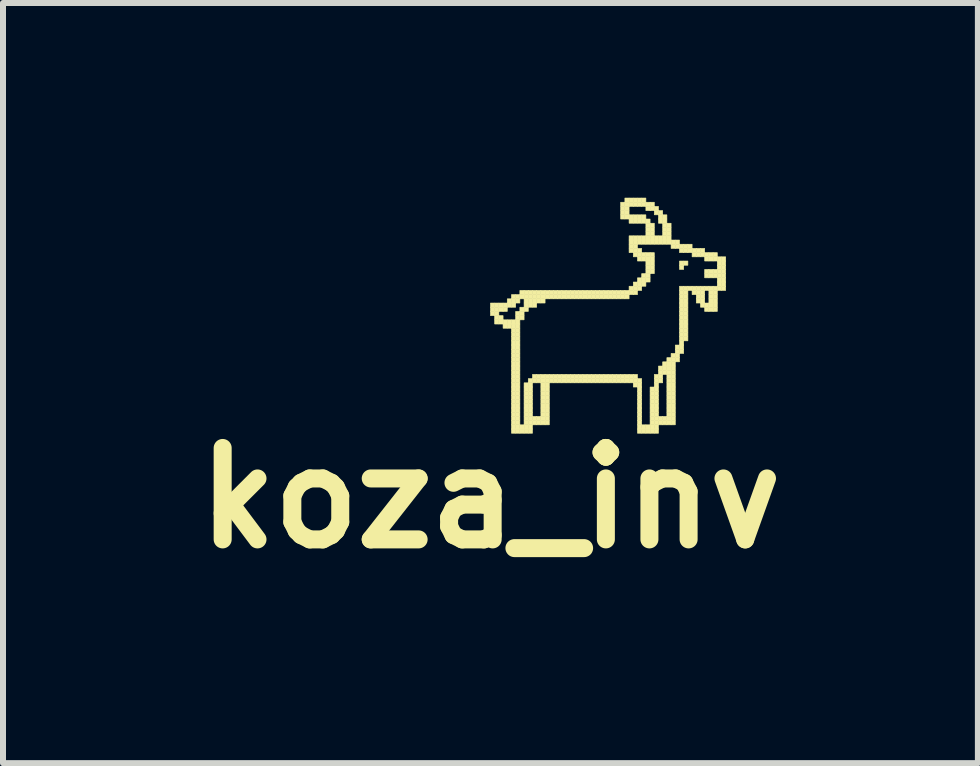
<source format=kicad_pcb>
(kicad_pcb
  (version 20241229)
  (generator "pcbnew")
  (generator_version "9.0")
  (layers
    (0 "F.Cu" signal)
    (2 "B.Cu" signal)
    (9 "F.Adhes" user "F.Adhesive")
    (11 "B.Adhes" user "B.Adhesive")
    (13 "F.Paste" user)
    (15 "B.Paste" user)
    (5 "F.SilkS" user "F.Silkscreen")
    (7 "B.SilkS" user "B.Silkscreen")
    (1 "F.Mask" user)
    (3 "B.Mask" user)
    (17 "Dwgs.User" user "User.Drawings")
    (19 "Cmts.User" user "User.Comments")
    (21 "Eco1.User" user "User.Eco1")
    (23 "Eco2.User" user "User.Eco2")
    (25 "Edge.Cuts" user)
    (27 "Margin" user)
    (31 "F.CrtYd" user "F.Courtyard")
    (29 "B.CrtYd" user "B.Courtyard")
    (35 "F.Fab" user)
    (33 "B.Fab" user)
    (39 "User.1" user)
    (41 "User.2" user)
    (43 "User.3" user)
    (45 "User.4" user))
  (footprint "koza_inv"
    (layer "F.Cu")
    (at 5.124 0.25)
    (property "Reference" "koza_inv" (at 0 5 0) (layer "F.SilkS") (effects (font (size 1.524 1.524) (thickness 0.3))))
    (attr through_hole)
    (fp_poly (pts (xy 0 1.75) (xy 0.07 1.75) (xy 0.07 1.82) (xy 0 1.82) (xy 0 1.75)) (stroke (width 0.01) (type solid)) (fill yes) (layer "F.SilkS"))
    (fp_poly (pts (xy 0 1.82) (xy 0.07 1.82) (xy 0.07 1.89) (xy 0 1.89) (xy 0 1.82)) (stroke (width 0.01) (type solid)) (fill yes) (layer "F.SilkS"))
    (fp_poly (pts (xy 0 1.89) (xy 0.07 1.89) (xy 0.07 1.96) (xy 0 1.96) (xy 0 1.89)) (stroke (width 0.01) (type solid)) (fill yes) (layer "F.SilkS"))
    (fp_poly (pts (xy 0.07 1.75) (xy 0.14 1.75) (xy 0.14 1.82) (xy 0.07 1.82) (xy 0.07 1.75)) (stroke (width 0.01) (type solid)) (fill yes) (layer "F.SilkS"))
    (fp_poly (pts (xy 0.07 1.82) (xy 0.14 1.82) (xy 0.14 1.89) (xy 0.07 1.89) (xy 0.07 1.82)) (stroke (width 0.01) (type solid)) (fill yes) (layer "F.SilkS"))
    (fp_poly (pts (xy 0.07 1.89) (xy 0.14 1.89) (xy 0.14 1.96) (xy 0.07 1.96) (xy 0.07 1.89)) (stroke (width 0.01) (type solid)) (fill yes) (layer "F.SilkS"))
    (fp_poly (pts (xy 0.07 1.96) (xy 0.14 1.96) (xy 0.14 2.03) (xy 0.07 2.03) (xy 0.07 1.96)) (stroke (width 0.01) (type solid)) (fill yes) (layer "F.SilkS"))
    (fp_poly (pts (xy 0.07 2.03) (xy 0.14 2.03) (xy 0.14 2.1) (xy 0.07 2.1) (xy 0.07 2.03)) (stroke (width 0.01) (type solid)) (fill yes) (layer "F.SilkS"))
    (fp_poly (pts (xy 0.14 1.75) (xy 0.21 1.75) (xy 0.21 1.82) (xy 0.14 1.82) (xy 0.14 1.75)) (stroke (width 0.01) (type solid)) (fill yes) (layer "F.SilkS"))
    (fp_poly (pts (xy 0.14 1.82) (xy 0.21 1.82) (xy 0.21 1.89) (xy 0.14 1.89) (xy 0.14 1.82)) (stroke (width 0.01) (type solid)) (fill yes) (layer "F.SilkS"))
    (fp_poly (pts (xy 0.14 1.96) (xy 0.21 1.96) (xy 0.21 2.03) (xy 0.14 2.03) (xy 0.14 1.96)) (stroke (width 0.01) (type solid)) (fill yes) (layer "F.SilkS"))
    (fp_poly (pts (xy 0.14 2.03) (xy 0.21 2.03) (xy 0.21 2.1) (xy 0.14 2.1) (xy 0.14 2.03)) (stroke (width 0.01) (type solid)) (fill yes) (layer "F.SilkS"))
    (fp_poly (pts (xy 0.21 1.75) (xy 0.28 1.75) (xy 0.28 1.82) (xy 0.21 1.82) (xy 0.21 1.75)) (stroke (width 0.01) (type solid)) (fill yes) (layer "F.SilkS"))
    (fp_poly (pts (xy 0.21 1.82) (xy 0.28 1.82) (xy 0.28 1.89) (xy 0.21 1.89) (xy 0.21 1.82)) (stroke (width 0.01) (type solid)) (fill yes) (layer "F.SilkS"))
    (fp_poly (pts (xy 0.21 2.03) (xy 0.28 2.03) (xy 0.28 2.1) (xy 0.21 2.1) (xy 0.21 2.03)) (stroke (width 0.01) (type solid)) (fill yes) (layer "F.SilkS"))
    (fp_poly (pts (xy 0.21 2.1) (xy 0.28 2.1) (xy 0.28 2.17) (xy 0.21 2.17) (xy 0.21 2.1)) (stroke (width 0.01) (type solid)) (fill yes) (layer "F.SilkS"))
    (fp_poly (pts (xy 0.28 1.68) (xy 0.35 1.68) (xy 0.35 1.75) (xy 0.28 1.75) (xy 0.28 1.68)) (stroke (width 0.01) (type solid)) (fill yes) (layer "F.SilkS"))
    (fp_poly (pts (xy 0.28 1.75) (xy 0.35 1.75) (xy 0.35 1.82) (xy 0.28 1.82) (xy 0.28 1.75)) (stroke (width 0.01) (type solid)) (fill yes) (layer "F.SilkS"))
    (fp_poly (pts (xy 0.28 2.03) (xy 0.35 2.03) (xy 0.35 2.1) (xy 0.28 2.1) (xy 0.28 2.03)) (stroke (width 0.01) (type solid)) (fill yes) (layer "F.SilkS"))
    (fp_poly (pts (xy 0.28 2.1) (xy 0.35 2.1) (xy 0.35 2.17) (xy 0.28 2.17) (xy 0.28 2.1)) (stroke (width 0.01) (type solid)) (fill yes) (layer "F.SilkS"))
    (fp_poly (pts (xy 0.35 1.61) (xy 0.42 1.61) (xy 0.42 1.68) (xy 0.35 1.68) (xy 0.35 1.61)) (stroke (width 0.01) (type solid)) (fill yes) (layer "F.SilkS"))
    (fp_poly (pts (xy 0.35 1.68) (xy 0.42 1.68) (xy 0.42 1.75) (xy 0.35 1.75) (xy 0.35 1.68)) (stroke (width 0.01) (type solid)) (fill yes) (layer "F.SilkS"))
    (fp_poly (pts (xy 0.35 1.75) (xy 0.42 1.75) (xy 0.42 1.82) (xy 0.35 1.82) (xy 0.35 1.75)) (stroke (width 0.01) (type solid)) (fill yes) (layer "F.SilkS"))
    (fp_poly (pts (xy 0.35 2.03) (xy 0.42 2.03) (xy 0.42 2.1) (xy 0.35 2.1) (xy 0.35 2.03)) (stroke (width 0.01) (type solid)) (fill yes) (layer "F.SilkS"))
    (fp_poly (pts (xy 0.35 2.1) (xy 0.42 2.1) (xy 0.42 2.17) (xy 0.35 2.17) (xy 0.35 2.1)) (stroke (width 0.01) (type solid)) (fill yes) (layer "F.SilkS"))
    (fp_poly (pts (xy 0.35 2.17) (xy 0.42 2.17) (xy 0.42 2.24) (xy 0.35 2.24) (xy 0.35 2.17)) (stroke (width 0.01) (type solid)) (fill yes) (layer "F.SilkS"))
    (fp_poly (pts (xy 0.35 2.24) (xy 0.42 2.24) (xy 0.42 2.31) (xy 0.35 2.31) (xy 0.35 2.24)) (stroke (width 0.01) (type solid)) (fill yes) (layer "F.SilkS"))
    (fp_poly (pts (xy 0.35 2.31) (xy 0.42 2.31) (xy 0.42 2.38) (xy 0.35 2.38) (xy 0.35 2.31)) (stroke (width 0.01) (type solid)) (fill yes) (layer "F.SilkS"))
    (fp_poly (pts (xy 0.35 2.38) (xy 0.42 2.38) (xy 0.42 2.45) (xy 0.35 2.45) (xy 0.35 2.38)) (stroke (width 0.01) (type solid)) (fill yes) (layer "F.SilkS"))
    (fp_poly (pts (xy 0.35 2.45) (xy 0.42 2.45) (xy 0.42 2.52) (xy 0.35 2.52) (xy 0.35 2.45)) (stroke (width 0.01) (type solid)) (fill yes) (layer "F.SilkS"))
    (fp_poly (pts (xy 0.35 2.52) (xy 0.42 2.52) (xy 0.42 2.59) (xy 0.35 2.59) (xy 0.35 2.52)) (stroke (width 0.01) (type solid)) (fill yes) (layer "F.SilkS"))
    (fp_poly (pts (xy 0.35 2.59) (xy 0.42 2.59) (xy 0.42 2.66) (xy 0.35 2.66) (xy 0.35 2.59)) (stroke (width 0.01) (type solid)) (fill yes) (layer "F.SilkS"))
    (fp_poly (pts (xy 0.35 2.66) (xy 0.42 2.66) (xy 0.42 2.73) (xy 0.35 2.73) (xy 0.35 2.66)) (stroke (width 0.01) (type solid)) (fill yes) (layer "F.SilkS"))
    (fp_poly (pts (xy 0.35 2.73) (xy 0.42 2.73) (xy 0.42 2.8) (xy 0.35 2.8) (xy 0.35 2.73)) (stroke (width 0.01) (type solid)) (fill yes) (layer "F.SilkS"))
    (fp_poly (pts (xy 0.35 2.8) (xy 0.42 2.8) (xy 0.42 2.87) (xy 0.35 2.87) (xy 0.35 2.8)) (stroke (width 0.01) (type solid)) (fill yes) (layer "F.SilkS"))
    (fp_poly (pts (xy 0.35 2.87) (xy 0.42 2.87) (xy 0.42 2.94) (xy 0.35 2.94) (xy 0.35 2.87)) (stroke (width 0.01) (type solid)) (fill yes) (layer "F.SilkS"))
    (fp_poly (pts (xy 0.35 2.94) (xy 0.42 2.94) (xy 0.42 3.01) (xy 0.35 3.01) (xy 0.35 2.94)) (stroke (width 0.01) (type solid)) (fill yes) (layer "F.SilkS"))
    (fp_poly (pts (xy 0.35 3.01) (xy 0.42 3.01) (xy 0.42 3.08) (xy 0.35 3.08) (xy 0.35 3.01)) (stroke (width 0.01) (type solid)) (fill yes) (layer "F.SilkS"))
    (fp_poly (pts (xy 0.35 3.08) (xy 0.42 3.08) (xy 0.42 3.15) (xy 0.35 3.15) (xy 0.35 3.08)) (stroke (width 0.01) (type solid)) (fill yes) (layer "F.SilkS"))
    (fp_poly (pts (xy 0.35 3.15) (xy 0.42 3.15) (xy 0.42 3.22) (xy 0.35 3.22) (xy 0.35 3.15)) (stroke (width 0.01) (type solid)) (fill yes) (layer "F.SilkS"))
    (fp_poly (pts (xy 0.35 3.22) (xy 0.42 3.22) (xy 0.42 3.29) (xy 0.35 3.29) (xy 0.35 3.22)) (stroke (width 0.01) (type solid)) (fill yes) (layer "F.SilkS"))
    (fp_poly (pts (xy 0.35 3.29) (xy 0.42 3.29) (xy 0.42 3.36) (xy 0.35 3.36) (xy 0.35 3.29)) (stroke (width 0.01) (type solid)) (fill yes) (layer "F.SilkS"))
    (fp_poly (pts (xy 0.35 3.36) (xy 0.42 3.36) (xy 0.42 3.43) (xy 0.35 3.43) (xy 0.35 3.36)) (stroke (width 0.01) (type solid)) (fill yes) (layer "F.SilkS"))
    (fp_poly (pts (xy 0.35 3.43) (xy 0.42 3.43) (xy 0.42 3.5) (xy 0.35 3.5) (xy 0.35 3.43)) (stroke (width 0.01) (type solid)) (fill yes) (layer "F.SilkS"))
    (fp_poly (pts (xy 0.35 3.5) (xy 0.42 3.5) (xy 0.42 3.57) (xy 0.35 3.57) (xy 0.35 3.5)) (stroke (width 0.01) (type solid)) (fill yes) (layer "F.SilkS"))
    (fp_poly (pts (xy 0.35 3.57) (xy 0.42 3.57) (xy 0.42 3.64) (xy 0.35 3.64) (xy 0.35 3.57)) (stroke (width 0.01) (type solid)) (fill yes) (layer "F.SilkS"))
    (fp_poly (pts (xy 0.35 3.64) (xy 0.42 3.64) (xy 0.42 3.71) (xy 0.35 3.71) (xy 0.35 3.64)) (stroke (width 0.01) (type solid)) (fill yes) (layer "F.SilkS"))
    (fp_poly (pts (xy 0.35 3.71) (xy 0.42 3.71) (xy 0.42 3.78) (xy 0.35 3.78) (xy 0.35 3.71)) (stroke (width 0.01) (type solid)) (fill yes) (layer "F.SilkS"))
    (fp_poly (pts (xy 0.35 3.78) (xy 0.42 3.78) (xy 0.42 3.85) (xy 0.35 3.85) (xy 0.35 3.78)) (stroke (width 0.01) (type solid)) (fill yes) (layer "F.SilkS"))
    (fp_poly (pts (xy 0.35 3.85) (xy 0.42 3.85) (xy 0.42 3.92) (xy 0.35 3.92) (xy 0.35 3.85)) (stroke (width 0.01) (type solid)) (fill yes) (layer "F.SilkS"))
    (fp_poly (pts (xy 0.42 1.61) (xy 0.49 1.61) (xy 0.49 1.68) (xy 0.42 1.68) (xy 0.42 1.61)) (stroke (width 0.01) (type solid)) (fill yes) (layer "F.SilkS"))
    (fp_poly (pts (xy 0.42 1.68) (xy 0.49 1.68) (xy 0.49 1.75) (xy 0.42 1.75) (xy 0.42 1.68)) (stroke (width 0.01) (type solid)) (fill yes) (layer "F.SilkS"))
    (fp_poly (pts (xy 0.42 1.89) (xy 0.49 1.89) (xy 0.49 1.96) (xy 0.42 1.96) (xy 0.42 1.89)) (stroke (width 0.01) (type solid)) (fill yes) (layer "F.SilkS"))
    (fp_poly (pts (xy 0.42 1.96) (xy 0.49 1.96) (xy 0.49 2.03) (xy 0.42 2.03) (xy 0.42 1.96)) (stroke (width 0.01) (type solid)) (fill yes) (layer "F.SilkS"))
    (fp_poly (pts (xy 0.42 2.03) (xy 0.49 2.03) (xy 0.49 2.1) (xy 0.42 2.1) (xy 0.42 2.03)) (stroke (width 0.01) (type solid)) (fill yes) (layer "F.SilkS"))
    (fp_poly (pts (xy 0.42 2.1) (xy 0.49 2.1) (xy 0.49 2.17) (xy 0.42 2.17) (xy 0.42 2.1)) (stroke (width 0.01) (type solid)) (fill yes) (layer "F.SilkS"))
    (fp_poly (pts (xy 0.42 2.17) (xy 0.49 2.17) (xy 0.49 2.24) (xy 0.42 2.24) (xy 0.42 2.17)) (stroke (width 0.01) (type solid)) (fill yes) (layer "F.SilkS"))
    (fp_poly (pts (xy 0.42 2.24) (xy 0.49 2.24) (xy 0.49 2.31) (xy 0.42 2.31) (xy 0.42 2.24)) (stroke (width 0.01) (type solid)) (fill yes) (layer "F.SilkS"))
    (fp_poly (pts (xy 0.42 2.31) (xy 0.49 2.31) (xy 0.49 2.38) (xy 0.42 2.38) (xy 0.42 2.31)) (stroke (width 0.01) (type solid)) (fill yes) (layer "F.SilkS"))
    (fp_poly (pts (xy 0.42 2.38) (xy 0.49 2.38) (xy 0.49 2.45) (xy 0.42 2.45) (xy 0.42 2.38)) (stroke (width 0.01) (type solid)) (fill yes) (layer "F.SilkS"))
    (fp_poly (pts (xy 0.42 2.45) (xy 0.49 2.45) (xy 0.49 2.52) (xy 0.42 2.52) (xy 0.42 2.45)) (stroke (width 0.01) (type solid)) (fill yes) (layer "F.SilkS"))
    (fp_poly (pts (xy 0.42 2.52) (xy 0.49 2.52) (xy 0.49 2.59) (xy 0.42 2.59) (xy 0.42 2.52)) (stroke (width 0.01) (type solid)) (fill yes) (layer "F.SilkS"))
    (fp_poly (pts (xy 0.42 2.59) (xy 0.49 2.59) (xy 0.49 2.66) (xy 0.42 2.66) (xy 0.42 2.59)) (stroke (width 0.01) (type solid)) (fill yes) (layer "F.SilkS"))
    (fp_poly (pts (xy 0.42 2.66) (xy 0.49 2.66) (xy 0.49 2.73) (xy 0.42 2.73) (xy 0.42 2.66)) (stroke (width 0.01) (type solid)) (fill yes) (layer "F.SilkS"))
    (fp_poly (pts (xy 0.42 2.73) (xy 0.49 2.73) (xy 0.49 2.8) (xy 0.42 2.8) (xy 0.42 2.73)) (stroke (width 0.01) (type solid)) (fill yes) (layer "F.SilkS"))
    (fp_poly (pts (xy 0.42 2.8) (xy 0.49 2.8) (xy 0.49 2.87) (xy 0.42 2.87) (xy 0.42 2.8)) (stroke (width 0.01) (type solid)) (fill yes) (layer "F.SilkS"))
    (fp_poly (pts (xy 0.42 2.87) (xy 0.49 2.87) (xy 0.49 2.94) (xy 0.42 2.94) (xy 0.42 2.87)) (stroke (width 0.01) (type solid)) (fill yes) (layer "F.SilkS"))
    (fp_poly (pts (xy 0.42 2.94) (xy 0.49 2.94) (xy 0.49 3.01) (xy 0.42 3.01) (xy 0.42 2.94)) (stroke (width 0.01) (type solid)) (fill yes) (layer "F.SilkS"))
    (fp_poly (pts (xy 0.42 3.01) (xy 0.49 3.01) (xy 0.49 3.08) (xy 0.42 3.08) (xy 0.42 3.01)) (stroke (width 0.01) (type solid)) (fill yes) (layer "F.SilkS"))
    (fp_poly (pts (xy 0.42 3.08) (xy 0.49 3.08) (xy 0.49 3.15) (xy 0.42 3.15) (xy 0.42 3.08)) (stroke (width 0.01) (type solid)) (fill yes) (layer "F.SilkS"))
    (fp_poly (pts (xy 0.42 3.15) (xy 0.49 3.15) (xy 0.49 3.22) (xy 0.42 3.22) (xy 0.42 3.15)) (stroke (width 0.01) (type solid)) (fill yes) (layer "F.SilkS"))
    (fp_poly (pts (xy 0.42 3.22) (xy 0.49 3.22) (xy 0.49 3.29) (xy 0.42 3.29) (xy 0.42 3.22)) (stroke (width 0.01) (type solid)) (fill yes) (layer "F.SilkS"))
    (fp_poly (pts (xy 0.42 3.29) (xy 0.49 3.29) (xy 0.49 3.36) (xy 0.42 3.36) (xy 0.42 3.29)) (stroke (width 0.01) (type solid)) (fill yes) (layer "F.SilkS"))
    (fp_poly (pts (xy 0.42 3.36) (xy 0.49 3.36) (xy 0.49 3.43) (xy 0.42 3.43) (xy 0.42 3.36)) (stroke (width 0.01) (type solid)) (fill yes) (layer "F.SilkS"))
    (fp_poly (pts (xy 0.42 3.43) (xy 0.49 3.43) (xy 0.49 3.5) (xy 0.42 3.5) (xy 0.42 3.43)) (stroke (width 0.01) (type solid)) (fill yes) (layer "F.SilkS"))
    (fp_poly (pts (xy 0.42 3.5) (xy 0.49 3.5) (xy 0.49 3.57) (xy 0.42 3.57) (xy 0.42 3.5)) (stroke (width 0.01) (type solid)) (fill yes) (layer "F.SilkS"))
    (fp_poly (pts (xy 0.42 3.57) (xy 0.49 3.57) (xy 0.49 3.64) (xy 0.42 3.64) (xy 0.42 3.57)) (stroke (width 0.01) (type solid)) (fill yes) (layer "F.SilkS"))
    (fp_poly (pts (xy 0.42 3.64) (xy 0.49 3.64) (xy 0.49 3.71) (xy 0.42 3.71) (xy 0.42 3.64)) (stroke (width 0.01) (type solid)) (fill yes) (layer "F.SilkS"))
    (fp_poly (pts (xy 0.42 3.71) (xy 0.49 3.71) (xy 0.49 3.78) (xy 0.42 3.78) (xy 0.42 3.71)) (stroke (width 0.01) (type solid)) (fill yes) (layer "F.SilkS"))
    (fp_poly (pts (xy 0.42 3.78) (xy 0.49 3.78) (xy 0.49 3.85) (xy 0.42 3.85) (xy 0.42 3.78)) (stroke (width 0.01) (type solid)) (fill yes) (layer "F.SilkS"))
    (fp_poly (pts (xy 0.42 3.85) (xy 0.49 3.85) (xy 0.49 3.92) (xy 0.42 3.92) (xy 0.42 3.85)) (stroke (width 0.01) (type solid)) (fill yes) (layer "F.SilkS"))
    (fp_poly (pts (xy 0.49 1.54) (xy 0.56 1.54) (xy 0.56 1.61) (xy 0.49 1.61) (xy 0.49 1.54)) (stroke (width 0.01) (type solid)) (fill yes) (layer "F.SilkS"))
    (fp_poly (pts (xy 0.49 1.61) (xy 0.56 1.61) (xy 0.56 1.68) (xy 0.49 1.68) (xy 0.49 1.61)) (stroke (width 0.01) (type solid)) (fill yes) (layer "F.SilkS"))
    (fp_poly (pts (xy 0.49 1.82) (xy 0.56 1.82) (xy 0.56 1.89) (xy 0.49 1.89) (xy 0.49 1.82)) (stroke (width 0.01) (type solid)) (fill yes) (layer "F.SilkS"))
    (fp_poly (pts (xy 0.49 1.89) (xy 0.56 1.89) (xy 0.56 1.96) (xy 0.49 1.96) (xy 0.49 1.89)) (stroke (width 0.01) (type solid)) (fill yes) (layer "F.SilkS"))
    (fp_poly (pts (xy 0.49 1.96) (xy 0.56 1.96) (xy 0.56 2.03) (xy 0.49 2.03) (xy 0.49 1.96)) (stroke (width 0.01) (type solid)) (fill yes) (layer "F.SilkS"))
    (fp_poly (pts (xy 0.49 3.78) (xy 0.56 3.78) (xy 0.56 3.85) (xy 0.49 3.85) (xy 0.49 3.78)) (stroke (width 0.01) (type solid)) (fill yes) (layer "F.SilkS"))
    (fp_poly (pts (xy 0.49 3.85) (xy 0.56 3.85) (xy 0.56 3.92) (xy 0.49 3.92) (xy 0.49 3.85)) (stroke (width 0.01) (type solid)) (fill yes) (layer "F.SilkS"))
    (fp_poly (pts (xy 0.56 1.54) (xy 0.63 1.54) (xy 0.63 1.61) (xy 0.56 1.61) (xy 0.56 1.54)) (stroke (width 0.01) (type solid)) (fill yes) (layer "F.SilkS"))
    (fp_poly (pts (xy 0.56 1.61) (xy 0.63 1.61) (xy 0.63 1.68) (xy 0.56 1.68) (xy 0.56 1.61)) (stroke (width 0.01) (type solid)) (fill yes) (layer "F.SilkS"))
    (fp_poly (pts (xy 0.56 1.68) (xy 0.63 1.68) (xy 0.63 1.75) (xy 0.56 1.75) (xy 0.56 1.68)) (stroke (width 0.01) (type solid)) (fill yes) (layer "F.SilkS"))
    (fp_poly (pts (xy 0.56 1.75) (xy 0.63 1.75) (xy 0.63 1.82) (xy 0.56 1.82) (xy 0.56 1.75)) (stroke (width 0.01) (type solid)) (fill yes) (layer "F.SilkS"))
    (fp_poly (pts (xy 0.56 1.82) (xy 0.63 1.82) (xy 0.63 1.89) (xy 0.56 1.89) (xy 0.56 1.82)) (stroke (width 0.01) (type solid)) (fill yes) (layer "F.SilkS"))
    (fp_poly (pts (xy 0.56 3.08) (xy 0.63 3.08) (xy 0.63 3.15) (xy 0.56 3.15) (xy 0.56 3.08)) (stroke (width 0.01) (type solid)) (fill yes) (layer "F.SilkS"))
    (fp_poly (pts (xy 0.56 3.15) (xy 0.63 3.15) (xy 0.63 3.22) (xy 0.56 3.22) (xy 0.56 3.15)) (stroke (width 0.01) (type solid)) (fill yes) (layer "F.SilkS"))
    (fp_poly (pts (xy 0.56 3.22) (xy 0.63 3.22) (xy 0.63 3.29) (xy 0.56 3.29) (xy 0.56 3.22)) (stroke (width 0.01) (type solid)) (fill yes) (layer "F.SilkS"))
    (fp_poly (pts (xy 0.56 3.29) (xy 0.63 3.29) (xy 0.63 3.36) (xy 0.56 3.36) (xy 0.56 3.29)) (stroke (width 0.01) (type solid)) (fill yes) (layer "F.SilkS"))
    (fp_poly (pts (xy 0.56 3.36) (xy 0.63 3.36) (xy 0.63 3.43) (xy 0.56 3.43) (xy 0.56 3.36)) (stroke (width 0.01) (type solid)) (fill yes) (layer "F.SilkS"))
    (fp_poly (pts (xy 0.56 3.43) (xy 0.63 3.43) (xy 0.63 3.5) (xy 0.56 3.5) (xy 0.56 3.43)) (stroke (width 0.01) (type solid)) (fill yes) (layer "F.SilkS"))
    (fp_poly (pts (xy 0.56 3.5) (xy 0.63 3.5) (xy 0.63 3.57) (xy 0.56 3.57) (xy 0.56 3.5)) (stroke (width 0.01) (type solid)) (fill yes) (layer "F.SilkS"))
    (fp_poly (pts (xy 0.56 3.57) (xy 0.63 3.57) (xy 0.63 3.64) (xy 0.56 3.64) (xy 0.56 3.57)) (stroke (width 0.01) (type solid)) (fill yes) (layer "F.SilkS"))
    (fp_poly (pts (xy 0.56 3.64) (xy 0.63 3.64) (xy 0.63 3.71) (xy 0.56 3.71) (xy 0.56 3.64)) (stroke (width 0.01) (type solid)) (fill yes) (layer "F.SilkS"))
    (fp_poly (pts (xy 0.56 3.71) (xy 0.63 3.71) (xy 0.63 3.78) (xy 0.56 3.78) (xy 0.56 3.71)) (stroke (width 0.01) (type solid)) (fill yes) (layer "F.SilkS"))
    (fp_poly (pts (xy 0.56 3.78) (xy 0.63 3.78) (xy 0.63 3.85) (xy 0.56 3.85) (xy 0.56 3.78)) (stroke (width 0.01) (type solid)) (fill yes) (layer "F.SilkS"))
    (fp_poly (pts (xy 0.56 3.85) (xy 0.63 3.85) (xy 0.63 3.92) (xy 0.56 3.92) (xy 0.56 3.85)) (stroke (width 0.01) (type solid)) (fill yes) (layer "F.SilkS"))
    (fp_poly (pts (xy 0.63 1.54) (xy 0.7 1.54) (xy 0.7 1.61) (xy 0.63 1.61) (xy 0.63 1.54)) (stroke (width 0.01) (type solid)) (fill yes) (layer "F.SilkS"))
    (fp_poly (pts (xy 0.63 1.61) (xy 0.7 1.61) (xy 0.7 1.68) (xy 0.63 1.68) (xy 0.63 1.61)) (stroke (width 0.01) (type solid)) (fill yes) (layer "F.SilkS"))
    (fp_poly (pts (xy 0.63 1.68) (xy 0.7 1.68) (xy 0.7 1.75) (xy 0.63 1.75) (xy 0.63 1.68)) (stroke (width 0.01) (type solid)) (fill yes) (layer "F.SilkS"))
    (fp_poly (pts (xy 0.63 1.75) (xy 0.7 1.75) (xy 0.7 1.82) (xy 0.63 1.82) (xy 0.63 1.75)) (stroke (width 0.01) (type solid)) (fill yes) (layer "F.SilkS"))
    (fp_poly (pts (xy 0.63 3.01) (xy 0.7 3.01) (xy 0.7 3.08) (xy 0.63 3.08) (xy 0.63 3.01)) (stroke (width 0.01) (type solid)) (fill yes) (layer "F.SilkS"))
    (fp_poly (pts (xy 0.63 3.08) (xy 0.7 3.08) (xy 0.7 3.15) (xy 0.63 3.15) (xy 0.63 3.08)) (stroke (width 0.01) (type solid)) (fill yes) (layer "F.SilkS"))
    (fp_poly (pts (xy 0.63 3.15) (xy 0.7 3.15) (xy 0.7 3.22) (xy 0.63 3.22) (xy 0.63 3.15)) (stroke (width 0.01) (type solid)) (fill yes) (layer "F.SilkS"))
    (fp_poly (pts (xy 0.63 3.22) (xy 0.7 3.22) (xy 0.7 3.29) (xy 0.63 3.29) (xy 0.63 3.22)) (stroke (width 0.01) (type solid)) (fill yes) (layer "F.SilkS"))
    (fp_poly (pts (xy 0.63 3.29) (xy 0.7 3.29) (xy 0.7 3.36) (xy 0.63 3.36) (xy 0.63 3.29)) (stroke (width 0.01) (type solid)) (fill yes) (layer "F.SilkS"))
    (fp_poly (pts (xy 0.63 3.36) (xy 0.7 3.36) (xy 0.7 3.43) (xy 0.63 3.43) (xy 0.63 3.36)) (stroke (width 0.01) (type solid)) (fill yes) (layer "F.SilkS"))
    (fp_poly (pts (xy 0.63 3.43) (xy 0.7 3.43) (xy 0.7 3.5) (xy 0.63 3.5) (xy 0.63 3.43)) (stroke (width 0.01) (type solid)) (fill yes) (layer "F.SilkS"))
    (fp_poly (pts (xy 0.63 3.5) (xy 0.7 3.5) (xy 0.7 3.57) (xy 0.63 3.57) (xy 0.63 3.5)) (stroke (width 0.01) (type solid)) (fill yes) (layer "F.SilkS"))
    (fp_poly (pts (xy 0.63 3.57) (xy 0.7 3.57) (xy 0.7 3.64) (xy 0.63 3.64) (xy 0.63 3.57)) (stroke (width 0.01) (type solid)) (fill yes) (layer "F.SilkS"))
    (fp_poly (pts (xy 0.63 3.64) (xy 0.7 3.64) (xy 0.7 3.71) (xy 0.63 3.71) (xy 0.63 3.64)) (stroke (width 0.01) (type solid)) (fill yes) (layer "F.SilkS"))
    (fp_poly (pts (xy 0.63 3.71) (xy 0.7 3.71) (xy 0.7 3.78) (xy 0.63 3.78) (xy 0.63 3.71)) (stroke (width 0.01) (type solid)) (fill yes) (layer "F.SilkS"))
    (fp_poly (pts (xy 0.63 3.78) (xy 0.7 3.78) (xy 0.7 3.85) (xy 0.63 3.85) (xy 0.63 3.78)) (stroke (width 0.01) (type solid)) (fill yes) (layer "F.SilkS"))
    (fp_poly (pts (xy 0.63 3.85) (xy 0.7 3.85) (xy 0.7 3.92) (xy 0.63 3.92) (xy 0.63 3.85)) (stroke (width 0.01) (type solid)) (fill yes) (layer "F.SilkS"))
    (fp_poly (pts (xy 0.7 1.54) (xy 0.77 1.54) (xy 0.77 1.61) (xy 0.7 1.61) (xy 0.7 1.54)) (stroke (width 0.01) (type solid)) (fill yes) (layer "F.SilkS"))
    (fp_poly (pts (xy 0.7 1.61) (xy 0.77 1.61) (xy 0.77 1.68) (xy 0.7 1.68) (xy 0.7 1.61)) (stroke (width 0.01) (type solid)) (fill yes) (layer "F.SilkS"))
    (fp_poly (pts (xy 0.7 1.68) (xy 0.77 1.68) (xy 0.77 1.75) (xy 0.7 1.75) (xy 0.7 1.68)) (stroke (width 0.01) (type solid)) (fill yes) (layer "F.SilkS"))
    (fp_poly (pts (xy 0.7 1.75) (xy 0.77 1.75) (xy 0.77 1.82) (xy 0.7 1.82) (xy 0.7 1.75)) (stroke (width 0.01) (type solid)) (fill yes) (layer "F.SilkS"))
    (fp_poly (pts (xy 0.7 2.94) (xy 0.77 2.94) (xy 0.77 3.01) (xy 0.7 3.01) (xy 0.7 2.94)) (stroke (width 0.01) (type solid)) (fill yes) (layer "F.SilkS"))
    (fp_poly (pts (xy 0.7 3.01) (xy 0.77 3.01) (xy 0.77 3.08) (xy 0.7 3.08) (xy 0.7 3.01)) (stroke (width 0.01) (type solid)) (fill yes) (layer "F.SilkS"))
    (fp_poly (pts (xy 0.7 3.64) (xy 0.77 3.64) (xy 0.77 3.71) (xy 0.7 3.71) (xy 0.7 3.64)) (stroke (width 0.01) (type solid)) (fill yes) (layer "F.SilkS"))
    (fp_poly (pts (xy 0.7 3.71) (xy 0.77 3.71) (xy 0.77 3.78) (xy 0.7 3.78) (xy 0.7 3.71)) (stroke (width 0.01) (type solid)) (fill yes) (layer "F.SilkS"))
    (fp_poly (pts (xy 0.77 1.54) (xy 0.84 1.54) (xy 0.84 1.61) (xy 0.77 1.61) (xy 0.77 1.54)) (stroke (width 0.01) (type solid)) (fill yes) (layer "F.SilkS"))
    (fp_poly (pts (xy 0.77 1.61) (xy 0.84 1.61) (xy 0.84 1.68) (xy 0.77 1.68) (xy 0.77 1.61)) (stroke (width 0.01) (type solid)) (fill yes) (layer "F.SilkS"))
    (fp_poly (pts (xy 0.77 1.68) (xy 0.84 1.68) (xy 0.84 1.75) (xy 0.77 1.75) (xy 0.77 1.68)) (stroke (width 0.01) (type solid)) (fill yes) (layer "F.SilkS"))
    (fp_poly (pts (xy 0.77 2.94) (xy 0.84 2.94) (xy 0.84 3.01) (xy 0.77 3.01) (xy 0.77 2.94)) (stroke (width 0.01) (type solid)) (fill yes) (layer "F.SilkS"))
    (fp_poly (pts (xy 0.77 3.01) (xy 0.84 3.01) (xy 0.84 3.08) (xy 0.77 3.08) (xy 0.77 3.01)) (stroke (width 0.01) (type solid)) (fill yes) (layer "F.SilkS"))
    (fp_poly (pts (xy 0.77 3.64) (xy 0.84 3.64) (xy 0.84 3.71) (xy 0.77 3.71) (xy 0.77 3.64)) (stroke (width 0.01) (type solid)) (fill yes) (layer "F.SilkS"))
    (fp_poly (pts (xy 0.77 3.71) (xy 0.84 3.71) (xy 0.84 3.78) (xy 0.77 3.78) (xy 0.77 3.71)) (stroke (width 0.01) (type solid)) (fill yes) (layer "F.SilkS"))
    (fp_poly (pts (xy 0.84 1.54) (xy 0.91 1.54) (xy 0.91 1.61) (xy 0.84 1.61) (xy 0.84 1.54)) (stroke (width 0.01) (type solid)) (fill yes) (layer "F.SilkS"))
    (fp_poly (pts (xy 0.84 1.61) (xy 0.91 1.61) (xy 0.91 1.68) (xy 0.84 1.68) (xy 0.84 1.61)) (stroke (width 0.01) (type solid)) (fill yes) (layer "F.SilkS"))
    (fp_poly (pts (xy 0.84 1.68) (xy 0.91 1.68) (xy 0.91 1.75) (xy 0.84 1.75) (xy 0.84 1.68)) (stroke (width 0.01) (type solid)) (fill yes) (layer "F.SilkS"))
    (fp_poly (pts (xy 0.84 2.94) (xy 0.91 2.94) (xy 0.91 3.01) (xy 0.84 3.01) (xy 0.84 2.94)) (stroke (width 0.01) (type solid)) (fill yes) (layer "F.SilkS"))
    (fp_poly (pts (xy 0.84 3.01) (xy 0.91 3.01) (xy 0.91 3.08) (xy 0.84 3.08) (xy 0.84 3.01)) (stroke (width 0.01) (type solid)) (fill yes) (layer "F.SilkS"))
    (fp_poly (pts (xy 0.84 3.08) (xy 0.91 3.08) (xy 0.91 3.15) (xy 0.84 3.15) (xy 0.84 3.08)) (stroke (width 0.01) (type solid)) (fill yes) (layer "F.SilkS"))
    (fp_poly (pts (xy 0.84 3.15) (xy 0.91 3.15) (xy 0.91 3.22) (xy 0.84 3.22) (xy 0.84 3.15)) (stroke (width 0.01) (type solid)) (fill yes) (layer "F.SilkS"))
    (fp_poly (pts (xy 0.84 3.22) (xy 0.91 3.22) (xy 0.91 3.29) (xy 0.84 3.29) (xy 0.84 3.22)) (stroke (width 0.01) (type solid)) (fill yes) (layer "F.SilkS"))
    (fp_poly (pts (xy 0.84 3.29) (xy 0.91 3.29) (xy 0.91 3.36) (xy 0.84 3.36) (xy 0.84 3.29)) (stroke (width 0.01) (type solid)) (fill yes) (layer "F.SilkS"))
    (fp_poly (pts (xy 0.84 3.36) (xy 0.91 3.36) (xy 0.91 3.43) (xy 0.84 3.43) (xy 0.84 3.36)) (stroke (width 0.01) (type solid)) (fill yes) (layer "F.SilkS"))
    (fp_poly (pts (xy 0.84 3.43) (xy 0.91 3.43) (xy 0.91 3.5) (xy 0.84 3.5) (xy 0.84 3.43)) (stroke (width 0.01) (type solid)) (fill yes) (layer "F.SilkS"))
    (fp_poly (pts (xy 0.84 3.5) (xy 0.91 3.5) (xy 0.91 3.57) (xy 0.84 3.57) (xy 0.84 3.5)) (stroke (width 0.01) (type solid)) (fill yes) (layer "F.SilkS"))
    (fp_poly (pts (xy 0.84 3.57) (xy 0.91 3.57) (xy 0.91 3.64) (xy 0.84 3.64) (xy 0.84 3.57)) (stroke (width 0.01) (type solid)) (fill yes) (layer "F.SilkS"))
    (fp_poly (pts (xy 0.84 3.64) (xy 0.91 3.64) (xy 0.91 3.71) (xy 0.84 3.71) (xy 0.84 3.64)) (stroke (width 0.01) (type solid)) (fill yes) (layer "F.SilkS"))
    (fp_poly (pts (xy 0.84 3.71) (xy 0.91 3.71) (xy 0.91 3.78) (xy 0.84 3.78) (xy 0.84 3.71)) (stroke (width 0.01) (type solid)) (fill yes) (layer "F.SilkS"))
    (fp_poly (pts (xy 0.91 1.54) (xy 0.98 1.54) (xy 0.98 1.61) (xy 0.91 1.61) (xy 0.91 1.54)) (stroke (width 0.01) (type solid)) (fill yes) (layer "F.SilkS"))
    (fp_poly (pts (xy 0.91 1.61) (xy 0.98 1.61) (xy 0.98 1.68) (xy 0.91 1.68) (xy 0.91 1.61)) (stroke (width 0.01) (type solid)) (fill yes) (layer "F.SilkS"))
    (fp_poly (pts (xy 0.91 2.94) (xy 0.98 2.94) (xy 0.98 3.01) (xy 0.91 3.01) (xy 0.91 2.94)) (stroke (width 0.01) (type solid)) (fill yes) (layer "F.SilkS"))
    (fp_poly (pts (xy 0.91 3.01) (xy 0.98 3.01) (xy 0.98 3.08) (xy 0.91 3.08) (xy 0.91 3.01)) (stroke (width 0.01) (type solid)) (fill yes) (layer "F.SilkS"))
    (fp_poly (pts (xy 0.91 3.08) (xy 0.98 3.08) (xy 0.98 3.15) (xy 0.91 3.15) (xy 0.91 3.08)) (stroke (width 0.01) (type solid)) (fill yes) (layer "F.SilkS"))
    (fp_poly (pts (xy 0.91 3.15) (xy 0.98 3.15) (xy 0.98 3.22) (xy 0.91 3.22) (xy 0.91 3.15)) (stroke (width 0.01) (type solid)) (fill yes) (layer "F.SilkS"))
    (fp_poly (pts (xy 0.91 3.22) (xy 0.98 3.22) (xy 0.98 3.29) (xy 0.91 3.29) (xy 0.91 3.22)) (stroke (width 0.01) (type solid)) (fill yes) (layer "F.SilkS"))
    (fp_poly (pts (xy 0.91 3.29) (xy 0.98 3.29) (xy 0.98 3.36) (xy 0.91 3.36) (xy 0.91 3.29)) (stroke (width 0.01) (type solid)) (fill yes) (layer "F.SilkS"))
    (fp_poly (pts (xy 0.91 3.36) (xy 0.98 3.36) (xy 0.98 3.43) (xy 0.91 3.43) (xy 0.91 3.36)) (stroke (width 0.01) (type solid)) (fill yes) (layer "F.SilkS"))
    (fp_poly (pts (xy 0.91 3.43) (xy 0.98 3.43) (xy 0.98 3.5) (xy 0.91 3.5) (xy 0.91 3.43)) (stroke (width 0.01) (type solid)) (fill yes) (layer "F.SilkS"))
    (fp_poly (pts (xy 0.91 3.5) (xy 0.98 3.5) (xy 0.98 3.57) (xy 0.91 3.57) (xy 0.91 3.5)) (stroke (width 0.01) (type solid)) (fill yes) (layer "F.SilkS"))
    (fp_poly (pts (xy 0.91 3.57) (xy 0.98 3.57) (xy 0.98 3.64) (xy 0.91 3.64) (xy 0.91 3.57)) (stroke (width 0.01) (type solid)) (fill yes) (layer "F.SilkS"))
    (fp_poly (pts (xy 0.91 3.64) (xy 0.98 3.64) (xy 0.98 3.71) (xy 0.91 3.71) (xy 0.91 3.64)) (stroke (width 0.01) (type solid)) (fill yes) (layer "F.SilkS"))
    (fp_poly (pts (xy 0.91 3.71) (xy 0.98 3.71) (xy 0.98 3.78) (xy 0.91 3.78) (xy 0.91 3.71)) (stroke (width 0.01) (type solid)) (fill yes) (layer "F.SilkS"))
    (fp_poly (pts (xy 0.98 1.54) (xy 1.05 1.54) (xy 1.05 1.61) (xy 0.98 1.61) (xy 0.98 1.54)) (stroke (width 0.01) (type solid)) (fill yes) (layer "F.SilkS"))
    (fp_poly (pts (xy 0.98 1.61) (xy 1.05 1.61) (xy 1.05 1.68) (xy 0.98 1.68) (xy 0.98 1.61)) (stroke (width 0.01) (type solid)) (fill yes) (layer "F.SilkS"))
    (fp_poly (pts (xy 0.98 2.94) (xy 1.05 2.94) (xy 1.05 3.01) (xy 0.98 3.01) (xy 0.98 2.94)) (stroke (width 0.01) (type solid)) (fill yes) (layer "F.SilkS"))
    (fp_poly (pts (xy 0.98 3.01) (xy 1.05 3.01) (xy 1.05 3.08) (xy 0.98 3.08) (xy 0.98 3.01)) (stroke (width 0.01) (type solid)) (fill yes) (layer "F.SilkS"))
    (fp_poly (pts (xy 1.05 1.54) (xy 1.12 1.54) (xy 1.12 1.61) (xy 1.05 1.61) (xy 1.05 1.54)) (stroke (width 0.01) (type solid)) (fill yes) (layer "F.SilkS"))
    (fp_poly (pts (xy 1.05 1.61) (xy 1.12 1.61) (xy 1.12 1.68) (xy 1.05 1.68) (xy 1.05 1.61)) (stroke (width 0.01) (type solid)) (fill yes) (layer "F.SilkS"))
    (fp_poly (pts (xy 1.05 2.94) (xy 1.12 2.94) (xy 1.12 3.01) (xy 1.05 3.01) (xy 1.05 2.94)) (stroke (width 0.01) (type solid)) (fill yes) (layer "F.SilkS"))
    (fp_poly (pts (xy 1.05 3.01) (xy 1.12 3.01) (xy 1.12 3.08) (xy 1.05 3.08) (xy 1.05 3.01)) (stroke (width 0.01) (type solid)) (fill yes) (layer "F.SilkS"))
    (fp_poly (pts (xy 1.12 1.54) (xy 1.19 1.54) (xy 1.19 1.61) (xy 1.12 1.61) (xy 1.12 1.54)) (stroke (width 0.01) (type solid)) (fill yes) (layer "F.SilkS"))
    (fp_poly (pts (xy 1.12 1.61) (xy 1.19 1.61) (xy 1.19 1.68) (xy 1.12 1.68) (xy 1.12 1.61)) (stroke (width 0.01) (type solid)) (fill yes) (layer "F.SilkS"))
    (fp_poly (pts (xy 1.12 2.94) (xy 1.19 2.94) (xy 1.19 3.01) (xy 1.12 3.01) (xy 1.12 2.94)) (stroke (width 0.01) (type solid)) (fill yes) (layer "F.SilkS"))
    (fp_poly (pts (xy 1.12 3.01) (xy 1.19 3.01) (xy 1.19 3.08) (xy 1.12 3.08) (xy 1.12 3.01)) (stroke (width 0.01) (type solid)) (fill yes) (layer "F.SilkS"))
    (fp_poly (pts (xy 1.19 1.54) (xy 1.26 1.54) (xy 1.26 1.61) (xy 1.19 1.61) (xy 1.19 1.54)) (stroke (width 0.01) (type solid)) (fill yes) (layer "F.SilkS"))
    (fp_poly (pts (xy 1.19 1.61) (xy 1.26 1.61) (xy 1.26 1.68) (xy 1.19 1.68) (xy 1.19 1.61)) (stroke (width 0.01) (type solid)) (fill yes) (layer "F.SilkS"))
    (fp_poly (pts (xy 1.19 2.94) (xy 1.26 2.94) (xy 1.26 3.01) (xy 1.19 3.01) (xy 1.19 2.94)) (stroke (width 0.01) (type solid)) (fill yes) (layer "F.SilkS"))
    (fp_poly (pts (xy 1.19 3.01) (xy 1.26 3.01) (xy 1.26 3.08) (xy 1.19 3.08) (xy 1.19 3.01)) (stroke (width 0.01) (type solid)) (fill yes) (layer "F.SilkS"))
    (fp_poly (pts (xy 1.26 1.54) (xy 1.33 1.54) (xy 1.33 1.61) (xy 1.26 1.61) (xy 1.26 1.54)) (stroke (width 0.01) (type solid)) (fill yes) (layer "F.SilkS"))
    (fp_poly (pts (xy 1.26 1.61) (xy 1.33 1.61) (xy 1.33 1.68) (xy 1.26 1.68) (xy 1.26 1.61)) (stroke (width 0.01) (type solid)) (fill yes) (layer "F.SilkS"))
    (fp_poly (pts (xy 1.26 2.94) (xy 1.33 2.94) (xy 1.33 3.01) (xy 1.26 3.01) (xy 1.26 2.94)) (stroke (width 0.01) (type solid)) (fill yes) (layer "F.SilkS"))
    (fp_poly (pts (xy 1.26 3.01) (xy 1.33 3.01) (xy 1.33 3.08) (xy 1.26 3.08) (xy 1.26 3.01)) (stroke (width 0.01) (type solid)) (fill yes) (layer "F.SilkS"))
    (fp_poly (pts (xy 1.33 1.54) (xy 1.4 1.54) (xy 1.4 1.61) (xy 1.33 1.61) (xy 1.33 1.54)) (stroke (width 0.01) (type solid)) (fill yes) (layer "F.SilkS"))
    (fp_poly (pts (xy 1.33 1.61) (xy 1.4 1.61) (xy 1.4 1.68) (xy 1.33 1.68) (xy 1.33 1.61)) (stroke (width 0.01) (type solid)) (fill yes) (layer "F.SilkS"))
    (fp_poly (pts (xy 1.33 2.94) (xy 1.4 2.94) (xy 1.4 3.01) (xy 1.33 3.01) (xy 1.33 2.94)) (stroke (width 0.01) (type solid)) (fill yes) (layer "F.SilkS"))
    (fp_poly (pts (xy 1.33 3.01) (xy 1.4 3.01) (xy 1.4 3.08) (xy 1.33 3.08) (xy 1.33 3.01)) (stroke (width 0.01) (type solid)) (fill yes) (layer "F.SilkS"))
    (fp_poly (pts (xy 1.4 1.54) (xy 1.47 1.54) (xy 1.47 1.61) (xy 1.4 1.61) (xy 1.4 1.54)) (stroke (width 0.01) (type solid)) (fill yes) (layer "F.SilkS"))
    (fp_poly (pts (xy 1.4 1.61) (xy 1.47 1.61) (xy 1.47 1.68) (xy 1.4 1.68) (xy 1.4 1.61)) (stroke (width 0.01) (type solid)) (fill yes) (layer "F.SilkS"))
    (fp_poly (pts (xy 1.4 2.94) (xy 1.47 2.94) (xy 1.47 3.01) (xy 1.4 3.01) (xy 1.4 2.94)) (stroke (width 0.01) (type solid)) (fill yes) (layer "F.SilkS"))
    (fp_poly (pts (xy 1.4 3.01) (xy 1.47 3.01) (xy 1.47 3.08) (xy 1.4 3.08) (xy 1.4 3.01)) (stroke (width 0.01) (type solid)) (fill yes) (layer "F.SilkS"))
    (fp_poly (pts (xy 1.47 1.54) (xy 1.54 1.54) (xy 1.54 1.61) (xy 1.47 1.61) (xy 1.47 1.54)) (stroke (width 0.01) (type solid)) (fill yes) (layer "F.SilkS"))
    (fp_poly (pts (xy 1.47 1.61) (xy 1.54 1.61) (xy 1.54 1.68) (xy 1.47 1.68) (xy 1.47 1.61)) (stroke (width 0.01) (type solid)) (fill yes) (layer "F.SilkS"))
    (fp_poly (pts (xy 1.47 2.94) (xy 1.54 2.94) (xy 1.54 3.01) (xy 1.47 3.01) (xy 1.47 2.94)) (stroke (width 0.01) (type solid)) (fill yes) (layer "F.SilkS"))
    (fp_poly (pts (xy 1.47 3.01) (xy 1.54 3.01) (xy 1.54 3.08) (xy 1.47 3.08) (xy 1.47 3.01)) (stroke (width 0.01) (type solid)) (fill yes) (layer "F.SilkS"))
    (fp_poly (pts (xy 1.54 1.54) (xy 1.61 1.54) (xy 1.61 1.61) (xy 1.54 1.61) (xy 1.54 1.54)) (stroke (width 0.01) (type solid)) (fill yes) (layer "F.SilkS"))
    (fp_poly (pts (xy 1.54 1.61) (xy 1.61 1.61) (xy 1.61 1.68) (xy 1.54 1.68) (xy 1.54 1.61)) (stroke (width 0.01) (type solid)) (fill yes) (layer "F.SilkS"))
    (fp_poly (pts (xy 1.54 2.94) (xy 1.61 2.94) (xy 1.61 3.01) (xy 1.54 3.01) (xy 1.54 2.94)) (stroke (width 0.01) (type solid)) (fill yes) (layer "F.SilkS"))
    (fp_poly (pts (xy 1.54 3.01) (xy 1.61 3.01) (xy 1.61 3.08) (xy 1.54 3.08) (xy 1.54 3.01)) (stroke (width 0.01) (type solid)) (fill yes) (layer "F.SilkS"))
    (fp_poly (pts (xy 1.61 1.54) (xy 1.68 1.54) (xy 1.68 1.61) (xy 1.61 1.61) (xy 1.61 1.54)) (stroke (width 0.01) (type solid)) (fill yes) (layer "F.SilkS"))
    (fp_poly (pts (xy 1.61 1.61) (xy 1.68 1.61) (xy 1.68 1.68) (xy 1.61 1.68) (xy 1.61 1.61)) (stroke (width 0.01) (type solid)) (fill yes) (layer "F.SilkS"))
    (fp_poly (pts (xy 1.61 2.94) (xy 1.68 2.94) (xy 1.68 3.01) (xy 1.61 3.01) (xy 1.61 2.94)) (stroke (width 0.01) (type solid)) (fill yes) (layer "F.SilkS"))
    (fp_poly (pts (xy 1.61 3.01) (xy 1.68 3.01) (xy 1.68 3.08) (xy 1.61 3.08) (xy 1.61 3.01)) (stroke (width 0.01) (type solid)) (fill yes) (layer "F.SilkS"))
    (fp_poly (pts (xy 1.68 1.54) (xy 1.75 1.54) (xy 1.75 1.61) (xy 1.68 1.61) (xy 1.68 1.54)) (stroke (width 0.01) (type solid)) (fill yes) (layer "F.SilkS"))
    (fp_poly (pts (xy 1.68 1.61) (xy 1.75 1.61) (xy 1.75 1.68) (xy 1.68 1.68) (xy 1.68 1.61)) (stroke (width 0.01) (type solid)) (fill yes) (layer "F.SilkS"))
    (fp_poly (pts (xy 1.68 2.94) (xy 1.75 2.94) (xy 1.75 3.01) (xy 1.68 3.01) (xy 1.68 2.94)) (stroke (width 0.01) (type solid)) (fill yes) (layer "F.SilkS"))
    (fp_poly (pts (xy 1.68 3.01) (xy 1.75 3.01) (xy 1.75 3.08) (xy 1.68 3.08) (xy 1.68 3.01)) (stroke (width 0.01) (type solid)) (fill yes) (layer "F.SilkS"))
    (fp_poly (pts (xy 1.75 1.54) (xy 1.82 1.54) (xy 1.82 1.61) (xy 1.75 1.61) (xy 1.75 1.54)) (stroke (width 0.01) (type solid)) (fill yes) (layer "F.SilkS"))
    (fp_poly (pts (xy 1.75 1.61) (xy 1.82 1.61) (xy 1.82 1.68) (xy 1.75 1.68) (xy 1.75 1.61)) (stroke (width 0.01) (type solid)) (fill yes) (layer "F.SilkS"))
    (fp_poly (pts (xy 1.75 2.94) (xy 1.82 2.94) (xy 1.82 3.01) (xy 1.75 3.01) (xy 1.75 2.94)) (stroke (width 0.01) (type solid)) (fill yes) (layer "F.SilkS"))
    (fp_poly (pts (xy 1.75 3.01) (xy 1.82 3.01) (xy 1.82 3.08) (xy 1.75 3.08) (xy 1.75 3.01)) (stroke (width 0.01) (type solid)) (fill yes) (layer "F.SilkS"))
    (fp_poly (pts (xy 1.82 1.54) (xy 1.89 1.54) (xy 1.89 1.61) (xy 1.82 1.61) (xy 1.82 1.54)) (stroke (width 0.01) (type solid)) (fill yes) (layer "F.SilkS"))
    (fp_poly (pts (xy 1.82 1.61) (xy 1.89 1.61) (xy 1.89 1.68) (xy 1.82 1.68) (xy 1.82 1.61)) (stroke (width 0.01) (type solid)) (fill yes) (layer "F.SilkS"))
    (fp_poly (pts (xy 1.82 2.94) (xy 1.89 2.94) (xy 1.89 3.01) (xy 1.82 3.01) (xy 1.82 2.94)) (stroke (width 0.01) (type solid)) (fill yes) (layer "F.SilkS"))
    (fp_poly (pts (xy 1.82 3.01) (xy 1.89 3.01) (xy 1.89 3.08) (xy 1.82 3.08) (xy 1.82 3.01)) (stroke (width 0.01) (type solid)) (fill yes) (layer "F.SilkS"))
    (fp_poly (pts (xy 1.89 1.54) (xy 1.96 1.54) (xy 1.96 1.61) (xy 1.89 1.61) (xy 1.89 1.54)) (stroke (width 0.01) (type solid)) (fill yes) (layer "F.SilkS"))
    (fp_poly (pts (xy 1.89 1.61) (xy 1.96 1.61) (xy 1.96 1.68) (xy 1.89 1.68) (xy 1.89 1.61)) (stroke (width 0.01) (type solid)) (fill yes) (layer "F.SilkS"))
    (fp_poly (pts (xy 1.89 2.94) (xy 1.96 2.94) (xy 1.96 3.01) (xy 1.89 3.01) (xy 1.89 2.94)) (stroke (width 0.01) (type solid)) (fill yes) (layer "F.SilkS"))
    (fp_poly (pts (xy 1.89 3.01) (xy 1.96 3.01) (xy 1.96 3.08) (xy 1.89 3.08) (xy 1.89 3.01)) (stroke (width 0.01) (type solid)) (fill yes) (layer "F.SilkS"))
    (fp_poly (pts (xy 1.96 1.54) (xy 2.03 1.54) (xy 2.03 1.61) (xy 1.96 1.61) (xy 1.96 1.54)) (stroke (width 0.01) (type solid)) (fill yes) (layer "F.SilkS"))
    (fp_poly (pts (xy 1.96 1.61) (xy 2.03 1.61) (xy 2.03 1.68) (xy 1.96 1.68) (xy 1.96 1.61)) (stroke (width 0.01) (type solid)) (fill yes) (layer "F.SilkS"))
    (fp_poly (pts (xy 1.96 2.94) (xy 2.03 2.94) (xy 2.03 3.01) (xy 1.96 3.01) (xy 1.96 2.94)) (stroke (width 0.01) (type solid)) (fill yes) (layer "F.SilkS"))
    (fp_poly (pts (xy 1.96 3.01) (xy 2.03 3.01) (xy 2.03 3.08) (xy 1.96 3.08) (xy 1.96 3.01)) (stroke (width 0.01) (type solid)) (fill yes) (layer "F.SilkS"))
    (fp_poly (pts (xy 2.03 1.54) (xy 2.1 1.54) (xy 2.1 1.61) (xy 2.03 1.61) (xy 2.03 1.54)) (stroke (width 0.01) (type solid)) (fill yes) (layer "F.SilkS"))
    (fp_poly (pts (xy 2.03 1.61) (xy 2.1 1.61) (xy 2.1 1.68) (xy 2.03 1.68) (xy 2.03 1.61)) (stroke (width 0.01) (type solid)) (fill yes) (layer "F.SilkS"))
    (fp_poly (pts (xy 2.03 2.94) (xy 2.1 2.94) (xy 2.1 3.01) (xy 2.03 3.01) (xy 2.03 2.94)) (stroke (width 0.01) (type solid)) (fill yes) (layer "F.SilkS"))
    (fp_poly (pts (xy 2.03 3.01) (xy 2.1 3.01) (xy 2.1 3.08) (xy 2.03 3.08) (xy 2.03 3.01)) (stroke (width 0.01) (type solid)) (fill yes) (layer "F.SilkS"))
    (fp_poly (pts (xy 2.1 1.54) (xy 2.17 1.54) (xy 2.17 1.61) (xy 2.1 1.61) (xy 2.1 1.54)) (stroke (width 0.01) (type solid)) (fill yes) (layer "F.SilkS"))
    (fp_poly (pts (xy 2.1 1.61) (xy 2.17 1.61) (xy 2.17 1.68) (xy 2.1 1.68) (xy 2.1 1.61)) (stroke (width 0.01) (type solid)) (fill yes) (layer "F.SilkS"))
    (fp_poly (pts (xy 2.1 2.94) (xy 2.17 2.94) (xy 2.17 3.01) (xy 2.1 3.01) (xy 2.1 2.94)) (stroke (width 0.01) (type solid)) (fill yes) (layer "F.SilkS"))
    (fp_poly (pts (xy 2.1 3.01) (xy 2.17 3.01) (xy 2.17 3.08) (xy 2.1 3.08) (xy 2.1 3.01)) (stroke (width 0.01) (type solid)) (fill yes) (layer "F.SilkS"))
    (fp_poly (pts (xy 2.17 0.07) (xy 2.24 0.07) (xy 2.24 0.14) (xy 2.17 0.14) (xy 2.17 0.07)) (stroke (width 0.01) (type solid)) (fill yes) (layer "F.SilkS"))
    (fp_poly (pts (xy 2.17 0.14) (xy 2.24 0.14) (xy 2.24 0.21) (xy 2.17 0.21) (xy 2.17 0.14)) (stroke (width 0.01) (type solid)) (fill yes) (layer "F.SilkS"))
    (fp_poly (pts (xy 2.17 0.21) (xy 2.24 0.21) (xy 2.24 0.28) (xy 2.17 0.28) (xy 2.17 0.21)) (stroke (width 0.01) (type solid)) (fill yes) (layer "F.SilkS"))
    (fp_poly (pts (xy 2.17 0.28) (xy 2.24 0.28) (xy 2.24 0.35) (xy 2.17 0.35) (xy 2.17 0.28)) (stroke (width 0.01) (type solid)) (fill yes) (layer "F.SilkS"))
    (fp_poly (pts (xy 2.17 1.54) (xy 2.24 1.54) (xy 2.24 1.61) (xy 2.17 1.61) (xy 2.17 1.54)) (stroke (width 0.01) (type solid)) (fill yes) (layer "F.SilkS"))
    (fp_poly (pts (xy 2.17 1.61) (xy 2.24 1.61) (xy 2.24 1.68) (xy 2.17 1.68) (xy 2.17 1.61)) (stroke (width 0.01) (type solid)) (fill yes) (layer "F.SilkS"))
    (fp_poly (pts (xy 2.17 2.94) (xy 2.24 2.94) (xy 2.24 3.01) (xy 2.17 3.01) (xy 2.17 2.94)) (stroke (width 0.01) (type solid)) (fill yes) (layer "F.SilkS"))
    (fp_poly (pts (xy 2.17 3.01) (xy 2.24 3.01) (xy 2.24 3.08) (xy 2.17 3.08) (xy 2.17 3.01)) (stroke (width 0.01) (type solid)) (fill yes) (layer "F.SilkS"))
    (fp_poly (pts (xy 2.24 0) (xy 2.31 0) (xy 2.31 0.07) (xy 2.24 0.07) (xy 2.24 0)) (stroke (width 0.01) (type solid)) (fill yes) (layer "F.SilkS"))
    (fp_poly (pts (xy 2.24 0.07) (xy 2.31 0.07) (xy 2.31 0.14) (xy 2.24 0.14) (xy 2.24 0.07)) (stroke (width 0.01) (type solid)) (fill yes) (layer "F.SilkS"))
    (fp_poly (pts (xy 2.24 0.14) (xy 2.31 0.14) (xy 2.31 0.21) (xy 2.24 0.21) (xy 2.24 0.14)) (stroke (width 0.01) (type solid)) (fill yes) (layer "F.SilkS"))
    (fp_poly (pts (xy 2.24 0.21) (xy 2.31 0.21) (xy 2.31 0.28) (xy 2.24 0.28) (xy 2.24 0.21)) (stroke (width 0.01) (type solid)) (fill yes) (layer "F.SilkS"))
    (fp_poly (pts (xy 2.24 0.28) (xy 2.31 0.28) (xy 2.31 0.35) (xy 2.24 0.35) (xy 2.24 0.28)) (stroke (width 0.01) (type solid)) (fill yes) (layer "F.SilkS"))
    (fp_poly (pts (xy 2.24 1.54) (xy 2.31 1.54) (xy 2.31 1.61) (xy 2.24 1.61) (xy 2.24 1.54)) (stroke (width 0.01) (type solid)) (fill yes) (layer "F.SilkS"))
    (fp_poly (pts (xy 2.24 1.61) (xy 2.31 1.61) (xy 2.31 1.68) (xy 2.24 1.68) (xy 2.24 1.61)) (stroke (width 0.01) (type solid)) (fill yes) (layer "F.SilkS"))
    (fp_poly (pts (xy 2.24 2.94) (xy 2.31 2.94) (xy 2.31 3.01) (xy 2.24 3.01) (xy 2.24 2.94)) (stroke (width 0.01) (type solid)) (fill yes) (layer "F.SilkS"))
    (fp_poly (pts (xy 2.24 3.01) (xy 2.31 3.01) (xy 2.31 3.08) (xy 2.24 3.08) (xy 2.24 3.01)) (stroke (width 0.01) (type solid)) (fill yes) (layer "F.SilkS"))
    (fp_poly (pts (xy 2.31 0) (xy 2.38 0) (xy 2.38 0.07) (xy 2.31 0.07) (xy 2.31 0)) (stroke (width 0.01) (type solid)) (fill yes) (layer "F.SilkS"))
    (fp_poly (pts (xy 2.31 0.07) (xy 2.38 0.07) (xy 2.38 0.14) (xy 2.31 0.14) (xy 2.31 0.07)) (stroke (width 0.01) (type solid)) (fill yes) (layer "F.SilkS"))
    (fp_poly (pts (xy 2.31 0.28) (xy 2.38 0.28) (xy 2.38 0.35) (xy 2.31 0.35) (xy 2.31 0.28)) (stroke (width 0.01) (type solid)) (fill yes) (layer "F.SilkS"))
    (fp_poly (pts (xy 2.31 0.35) (xy 2.38 0.35) (xy 2.38 0.42) (xy 2.31 0.42) (xy 2.31 0.35)) (stroke (width 0.01) (type solid)) (fill yes) (layer "F.SilkS"))
    (fp_poly (pts (xy 2.31 0.63) (xy 2.38 0.63) (xy 2.38 0.7) (xy 2.31 0.7) (xy 2.31 0.63)) (stroke (width 0.01) (type solid)) (fill yes) (layer "F.SilkS"))
    (fp_poly (pts (xy 2.31 0.7) (xy 2.38 0.7) (xy 2.38 0.77) (xy 2.31 0.77) (xy 2.31 0.7)) (stroke (width 0.01) (type solid)) (fill yes) (layer "F.SilkS"))
    (fp_poly (pts (xy 2.31 0.77) (xy 2.38 0.77) (xy 2.38 0.84) (xy 2.31 0.84) (xy 2.31 0.77)) (stroke (width 0.01) (type solid)) (fill yes) (layer "F.SilkS"))
    (fp_poly (pts (xy 2.31 0.84) (xy 2.38 0.84) (xy 2.38 0.91) (xy 2.31 0.91) (xy 2.31 0.84)) (stroke (width 0.01) (type solid)) (fill yes) (layer "F.SilkS"))
    (fp_poly (pts (xy 2.31 1.47) (xy 2.38 1.47) (xy 2.38 1.54) (xy 2.31 1.54) (xy 2.31 1.47)) (stroke (width 0.01) (type solid)) (fill yes) (layer "F.SilkS"))
    (fp_poly (pts (xy 2.31 1.54) (xy 2.38 1.54) (xy 2.38 1.61) (xy 2.31 1.61) (xy 2.31 1.54)) (stroke (width 0.01) (type solid)) (fill yes) (layer "F.SilkS"))
    (fp_poly (pts (xy 2.31 2.94) (xy 2.38 2.94) (xy 2.38 3.01) (xy 2.31 3.01) (xy 2.31 2.94)) (stroke (width 0.01) (type solid)) (fill yes) (layer "F.SilkS"))
    (fp_poly (pts (xy 2.31 3.01) (xy 2.38 3.01) (xy 2.38 3.08) (xy 2.31 3.08) (xy 2.31 3.01)) (stroke (width 0.01) (type solid)) (fill yes) (layer "F.SilkS"))
    (fp_poly (pts (xy 2.38 0) (xy 2.45 0) (xy 2.45 0.07) (xy 2.38 0.07) (xy 2.38 0)) (stroke (width 0.01) (type solid)) (fill yes) (layer "F.SilkS"))
    (fp_poly (pts (xy 2.38 0.07) (xy 2.45 0.07) (xy 2.45 0.14) (xy 2.38 0.14) (xy 2.38 0.07)) (stroke (width 0.01) (type solid)) (fill yes) (layer "F.SilkS"))
    (fp_poly (pts (xy 2.38 0.28) (xy 2.45 0.28) (xy 2.45 0.35) (xy 2.38 0.35) (xy 2.38 0.28)) (stroke (width 0.01) (type solid)) (fill yes) (layer "F.SilkS"))
    (fp_poly (pts (xy 2.38 0.35) (xy 2.45 0.35) (xy 2.45 0.42) (xy 2.38 0.42) (xy 2.38 0.35)) (stroke (width 0.01) (type solid)) (fill yes) (layer "F.SilkS"))
    (fp_poly (pts (xy 2.38 0.63) (xy 2.45 0.63) (xy 2.45 0.7) (xy 2.38 0.7) (xy 2.38 0.63)) (stroke (width 0.01) (type solid)) (fill yes) (layer "F.SilkS"))
    (fp_poly (pts (xy 2.38 0.7) (xy 2.45 0.7) (xy 2.45 0.77) (xy 2.38 0.77) (xy 2.38 0.7)) (stroke (width 0.01) (type solid)) (fill yes) (layer "F.SilkS"))
    (fp_poly (pts (xy 2.38 0.77) (xy 2.45 0.77) (xy 2.45 0.84) (xy 2.38 0.84) (xy 2.38 0.77)) (stroke (width 0.01) (type solid)) (fill yes) (layer "F.SilkS"))
    (fp_poly (pts (xy 2.38 0.84) (xy 2.45 0.84) (xy 2.45 0.91) (xy 2.38 0.91) (xy 2.38 0.84)) (stroke (width 0.01) (type solid)) (fill yes) (layer "F.SilkS"))
    (fp_poly (pts (xy 2.38 0.91) (xy 2.45 0.91) (xy 2.45 0.98) (xy 2.38 0.98) (xy 2.38 0.91)) (stroke (width 0.01) (type solid)) (fill yes) (layer "F.SilkS"))
    (fp_poly (pts (xy 2.38 1.4) (xy 2.45 1.4) (xy 2.45 1.47) (xy 2.38 1.47) (xy 2.38 1.4)) (stroke (width 0.01) (type solid)) (fill yes) (layer "F.SilkS"))
    (fp_poly (pts (xy 2.38 1.47) (xy 2.45 1.47) (xy 2.45 1.54) (xy 2.38 1.54) (xy 2.38 1.47)) (stroke (width 0.01) (type solid)) (fill yes) (layer "F.SilkS"))
    (fp_poly (pts (xy 2.38 1.54) (xy 2.45 1.54) (xy 2.45 1.61) (xy 2.38 1.61) (xy 2.38 1.54)) (stroke (width 0.01) (type solid)) (fill yes) (layer "F.SilkS"))
    (fp_poly (pts (xy 2.38 2.94) (xy 2.45 2.94) (xy 2.45 3.01) (xy 2.38 3.01) (xy 2.38 2.94)) (stroke (width 0.01) (type solid)) (fill yes) (layer "F.SilkS"))
    (fp_poly (pts (xy 2.38 3.01) (xy 2.45 3.01) (xy 2.45 3.08) (xy 2.38 3.08) (xy 2.38 3.01)) (stroke (width 0.01) (type solid)) (fill yes) (layer "F.SilkS"))
    (fp_poly (pts (xy 2.38 3.08) (xy 2.45 3.08) (xy 2.45 3.15) (xy 2.38 3.15) (xy 2.38 3.08)) (stroke (width 0.01) (type solid)) (fill yes) (layer "F.SilkS"))
    (fp_poly (pts (xy 2.45 0) (xy 2.52 0) (xy 2.52 0.07) (xy 2.45 0.07) (xy 2.45 0)) (stroke (width 0.01) (type solid)) (fill yes) (layer "F.SilkS"))
    (fp_poly (pts (xy 2.45 0.07) (xy 2.52 0.07) (xy 2.52 0.14) (xy 2.45 0.14) (xy 2.45 0.07)) (stroke (width 0.01) (type solid)) (fill yes) (layer "F.SilkS"))
    (fp_poly (pts (xy 2.45 0.28) (xy 2.52 0.28) (xy 2.52 0.35) (xy 2.45 0.35) (xy 2.45 0.28)) (stroke (width 0.01) (type solid)) (fill yes) (layer "F.SilkS"))
    (fp_poly (pts (xy 2.45 0.35) (xy 2.52 0.35) (xy 2.52 0.42) (xy 2.45 0.42) (xy 2.45 0.35)) (stroke (width 0.01) (type solid)) (fill yes) (layer "F.SilkS"))
    (fp_poly (pts (xy 2.45 0.63) (xy 2.52 0.63) (xy 2.52 0.7) (xy 2.45 0.7) (xy 2.45 0.63)) (stroke (width 0.01) (type solid)) (fill yes) (layer "F.SilkS"))
    (fp_poly (pts (xy 2.45 0.7) (xy 2.52 0.7) (xy 2.52 0.77) (xy 2.45 0.77) (xy 2.45 0.7)) (stroke (width 0.01) (type solid)) (fill yes) (layer "F.SilkS"))
    (fp_poly (pts (xy 2.45 0.84) (xy 2.52 0.84) (xy 2.52 0.91) (xy 2.45 0.91) (xy 2.45 0.84)) (stroke (width 0.01) (type solid)) (fill yes) (layer "F.SilkS"))
    (fp_poly (pts (xy 2.45 0.91) (xy 2.52 0.91) (xy 2.52 0.98) (xy 2.45 0.98) (xy 2.45 0.91)) (stroke (width 0.01) (type solid)) (fill yes) (layer "F.SilkS"))
    (fp_poly (pts (xy 2.45 0.98) (xy 2.52 0.98) (xy 2.52 1.05) (xy 2.45 1.05) (xy 2.45 0.98)) (stroke (width 0.01) (type solid)) (fill yes) (layer "F.SilkS"))
    (fp_poly (pts (xy 2.45 1.33) (xy 2.52 1.33) (xy 2.52 1.4) (xy 2.45 1.4) (xy 2.45 1.33)) (stroke (width 0.01) (type solid)) (fill yes) (layer "F.SilkS"))
    (fp_poly (pts (xy 2.45 1.4) (xy 2.52 1.4) (xy 2.52 1.47) (xy 2.45 1.47) (xy 2.45 1.4)) (stroke (width 0.01) (type solid)) (fill yes) (layer "F.SilkS"))
    (fp_poly (pts (xy 2.45 1.47) (xy 2.52 1.47) (xy 2.52 1.54) (xy 2.45 1.54) (xy 2.45 1.47)) (stroke (width 0.01) (type solid)) (fill yes) (layer "F.SilkS"))
    (fp_poly (pts (xy 2.45 3.01) (xy 2.52 3.01) (xy 2.52 3.08) (xy 2.45 3.08) (xy 2.45 3.01)) (stroke (width 0.01) (type solid)) (fill yes) (layer "F.SilkS"))
    (fp_poly (pts (xy 2.45 3.08) (xy 2.52 3.08) (xy 2.52 3.15) (xy 2.45 3.15) (xy 2.45 3.08)) (stroke (width 0.01) (type solid)) (fill yes) (layer "F.SilkS"))
    (fp_poly (pts (xy 2.45 3.15) (xy 2.52 3.15) (xy 2.52 3.22) (xy 2.45 3.22) (xy 2.45 3.15)) (stroke (width 0.01) (type solid)) (fill yes) (layer "F.SilkS"))
    (fp_poly (pts (xy 2.45 3.22) (xy 2.52 3.22) (xy 2.52 3.29) (xy 2.45 3.29) (xy 2.45 3.22)) (stroke (width 0.01) (type solid)) (fill yes) (layer "F.SilkS"))
    (fp_poly (pts (xy 2.45 3.29) (xy 2.52 3.29) (xy 2.52 3.36) (xy 2.45 3.36) (xy 2.45 3.29)) (stroke (width 0.01) (type solid)) (fill yes) (layer "F.SilkS"))
    (fp_poly (pts (xy 2.45 3.36) (xy 2.52 3.36) (xy 2.52 3.43) (xy 2.45 3.43) (xy 2.45 3.36)) (stroke (width 0.01) (type solid)) (fill yes) (layer "F.SilkS"))
    (fp_poly (pts (xy 2.45 3.43) (xy 2.52 3.43) (xy 2.52 3.5) (xy 2.45 3.5) (xy 2.45 3.43)) (stroke (width 0.01) (type solid)) (fill yes) (layer "F.SilkS"))
    (fp_poly (pts (xy 2.45 3.5) (xy 2.52 3.5) (xy 2.52 3.57) (xy 2.45 3.57) (xy 2.45 3.5)) (stroke (width 0.01) (type solid)) (fill yes) (layer "F.SilkS"))
    (fp_poly (pts (xy 2.45 3.57) (xy 2.52 3.57) (xy 2.52 3.64) (xy 2.45 3.64) (xy 2.45 3.57)) (stroke (width 0.01) (type solid)) (fill yes) (layer "F.SilkS"))
    (fp_poly (pts (xy 2.45 3.64) (xy 2.52 3.64) (xy 2.52 3.71) (xy 2.45 3.71) (xy 2.45 3.64)) (stroke (width 0.01) (type solid)) (fill yes) (layer "F.SilkS"))
    (fp_poly (pts (xy 2.45 3.71) (xy 2.52 3.71) (xy 2.52 3.78) (xy 2.45 3.78) (xy 2.45 3.71)) (stroke (width 0.01) (type solid)) (fill yes) (layer "F.SilkS"))
    (fp_poly (pts (xy 2.45 3.78) (xy 2.52 3.78) (xy 2.52 3.85) (xy 2.45 3.85) (xy 2.45 3.78)) (stroke (width 0.01) (type solid)) (fill yes) (layer "F.SilkS"))
    (fp_poly (pts (xy 2.45 3.85) (xy 2.52 3.85) (xy 2.52 3.92) (xy 2.45 3.92) (xy 2.45 3.85)) (stroke (width 0.01) (type solid)) (fill yes) (layer "F.SilkS"))
    (fp_poly (pts (xy 2.52 0) (xy 2.59 0) (xy 2.59 0.07) (xy 2.52 0.07) (xy 2.52 0)) (stroke (width 0.01) (type solid)) (fill yes) (layer "F.SilkS"))
    (fp_poly (pts (xy 2.52 0.07) (xy 2.59 0.07) (xy 2.59 0.14) (xy 2.52 0.14) (xy 2.52 0.07)) (stroke (width 0.01) (type solid)) (fill yes) (layer "F.SilkS"))
    (fp_poly (pts (xy 2.52 0.28) (xy 2.59 0.28) (xy 2.59 0.35) (xy 2.52 0.35) (xy 2.52 0.28)) (stroke (width 0.01) (type solid)) (fill yes) (layer "F.SilkS"))
    (fp_poly (pts (xy 2.52 0.35) (xy 2.59 0.35) (xy 2.59 0.42) (xy 2.52 0.42) (xy 2.52 0.35)) (stroke (width 0.01) (type solid)) (fill yes) (layer "F.SilkS"))
    (fp_poly (pts (xy 2.52 0.63) (xy 2.59 0.63) (xy 2.59 0.7) (xy 2.52 0.7) (xy 2.52 0.63)) (stroke (width 0.01) (type solid)) (fill yes) (layer "F.SilkS"))
    (fp_poly (pts (xy 2.52 0.7) (xy 2.59 0.7) (xy 2.59 0.77) (xy 2.52 0.77) (xy 2.52 0.7)) (stroke (width 0.01) (type solid)) (fill yes) (layer "F.SilkS"))
    (fp_poly (pts (xy 2.52 0.91) (xy 2.59 0.91) (xy 2.59 0.98) (xy 2.52 0.98) (xy 2.52 0.91)) (stroke (width 0.01) (type solid)) (fill yes) (layer "F.SilkS"))
    (fp_poly (pts (xy 2.52 0.98) (xy 2.59 0.98) (xy 2.59 1.05) (xy 2.52 1.05) (xy 2.52 0.98)) (stroke (width 0.01) (type solid)) (fill yes) (layer "F.SilkS"))
    (fp_poly (pts (xy 2.52 1.26) (xy 2.59 1.26) (xy 2.59 1.33) (xy 2.52 1.33) (xy 2.52 1.26)) (stroke (width 0.01) (type solid)) (fill yes) (layer "F.SilkS"))
    (fp_poly (pts (xy 2.52 1.33) (xy 2.59 1.33) (xy 2.59 1.4) (xy 2.52 1.4) (xy 2.52 1.33)) (stroke (width 0.01) (type solid)) (fill yes) (layer "F.SilkS"))
    (fp_poly (pts (xy 2.52 1.4) (xy 2.59 1.4) (xy 2.59 1.47) (xy 2.52 1.47) (xy 2.52 1.4)) (stroke (width 0.01) (type solid)) (fill yes) (layer "F.SilkS"))
    (fp_poly (pts (xy 2.52 3.78) (xy 2.59 3.78) (xy 2.59 3.85) (xy 2.52 3.85) (xy 2.52 3.78)) (stroke (width 0.01) (type solid)) (fill yes) (layer "F.SilkS"))
    (fp_poly (pts (xy 2.52 3.85) (xy 2.59 3.85) (xy 2.59 3.92) (xy 2.52 3.92) (xy 2.52 3.85)) (stroke (width 0.01) (type solid)) (fill yes) (layer "F.SilkS"))
    (fp_poly (pts (xy 2.59 0.07) (xy 2.66 0.07) (xy 2.66 0.14) (xy 2.59 0.14) (xy 2.59 0.07)) (stroke (width 0.01) (type solid)) (fill yes) (layer "F.SilkS"))
    (fp_poly (pts (xy 2.59 0.14) (xy 2.66 0.14) (xy 2.66 0.21) (xy 2.59 0.21) (xy 2.59 0.14)) (stroke (width 0.01) (type solid)) (fill yes) (layer "F.SilkS"))
    (fp_poly (pts (xy 2.59 0.35) (xy 2.66 0.35) (xy 2.66 0.42) (xy 2.59 0.42) (xy 2.59 0.35)) (stroke (width 0.01) (type solid)) (fill yes) (layer "F.SilkS"))
    (fp_poly (pts (xy 2.59 0.42) (xy 2.66 0.42) (xy 2.66 0.49) (xy 2.59 0.49) (xy 2.59 0.42)) (stroke (width 0.01) (type solid)) (fill yes) (layer "F.SilkS"))
    (fp_poly (pts (xy 2.59 0.49) (xy 2.66 0.49) (xy 2.66 0.56) (xy 2.59 0.56) (xy 2.59 0.49)) (stroke (width 0.01) (type solid)) (fill yes) (layer "F.SilkS"))
    (fp_poly (pts (xy 2.59 0.56) (xy 2.66 0.56) (xy 2.66 0.63) (xy 2.59 0.63) (xy 2.59 0.56)) (stroke (width 0.01) (type solid)) (fill yes) (layer "F.SilkS"))
    (fp_poly (pts (xy 2.59 0.63) (xy 2.66 0.63) (xy 2.66 0.7) (xy 2.59 0.7) (xy 2.59 0.63)) (stroke (width 0.01) (type solid)) (fill yes) (layer "F.SilkS"))
    (fp_poly (pts (xy 2.59 0.7) (xy 2.66 0.7) (xy 2.66 0.77) (xy 2.59 0.77) (xy 2.59 0.7)) (stroke (width 0.01) (type solid)) (fill yes) (layer "F.SilkS"))
    (fp_poly (pts (xy 2.59 0.91) (xy 2.66 0.91) (xy 2.66 0.98) (xy 2.59 0.98) (xy 2.59 0.91)) (stroke (width 0.01) (type solid)) (fill yes) (layer "F.SilkS"))
    (fp_poly (pts (xy 2.59 0.98) (xy 2.66 0.98) (xy 2.66 1.05) (xy 2.59 1.05) (xy 2.59 0.98)) (stroke (width 0.01) (type solid)) (fill yes) (layer "F.SilkS"))
    (fp_poly (pts (xy 2.59 1.05) (xy 2.66 1.05) (xy 2.66 1.12) (xy 2.59 1.12) (xy 2.59 1.05)) (stroke (width 0.01) (type solid)) (fill yes) (layer "F.SilkS"))
    (fp_poly (pts (xy 2.59 1.12) (xy 2.66 1.12) (xy 2.66 1.19) (xy 2.59 1.19) (xy 2.59 1.12)) (stroke (width 0.01) (type solid)) (fill yes) (layer "F.SilkS"))
    (fp_poly (pts (xy 2.59 1.19) (xy 2.66 1.19) (xy 2.66 1.26) (xy 2.59 1.26) (xy 2.59 1.19)) (stroke (width 0.01) (type solid)) (fill yes) (layer "F.SilkS"))
    (fp_poly (pts (xy 2.59 1.26) (xy 2.66 1.26) (xy 2.66 1.33) (xy 2.59 1.33) (xy 2.59 1.26)) (stroke (width 0.01) (type solid)) (fill yes) (layer "F.SilkS"))
    (fp_poly (pts (xy 2.59 1.33) (xy 2.66 1.33) (xy 2.66 1.4) (xy 2.59 1.4) (xy 2.59 1.33)) (stroke (width 0.01) (type solid)) (fill yes) (layer "F.SilkS"))
    (fp_poly (pts (xy 2.59 3.78) (xy 2.66 3.78) (xy 2.66 3.85) (xy 2.59 3.85) (xy 2.59 3.78)) (stroke (width 0.01) (type solid)) (fill yes) (layer "F.SilkS"))
    (fp_poly (pts (xy 2.59 3.85) (xy 2.66 3.85) (xy 2.66 3.92) (xy 2.59 3.92) (xy 2.59 3.85)) (stroke (width 0.01) (type solid)) (fill yes) (layer "F.SilkS"))
    (fp_poly (pts (xy 2.66 0.07) (xy 2.73 0.07) (xy 2.73 0.14) (xy 2.66 0.14) (xy 2.66 0.07)) (stroke (width 0.01) (type solid)) (fill yes) (layer "F.SilkS"))
    (fp_poly (pts (xy 2.66 0.14) (xy 2.73 0.14) (xy 2.73 0.21) (xy 2.66 0.21) (xy 2.66 0.14)) (stroke (width 0.01) (type solid)) (fill yes) (layer "F.SilkS"))
    (fp_poly (pts (xy 2.66 0.42) (xy 2.73 0.42) (xy 2.73 0.49) (xy 2.66 0.49) (xy 2.66 0.42)) (stroke (width 0.01) (type solid)) (fill yes) (layer "F.SilkS"))
    (fp_poly (pts (xy 2.66 0.49) (xy 2.73 0.49) (xy 2.73 0.56) (xy 2.66 0.56) (xy 2.66 0.49)) (stroke (width 0.01) (type solid)) (fill yes) (layer "F.SilkS"))
    (fp_poly (pts (xy 2.66 0.56) (xy 2.73 0.56) (xy 2.73 0.63) (xy 2.66 0.63) (xy 2.66 0.56)) (stroke (width 0.01) (type solid)) (fill yes) (layer "F.SilkS"))
    (fp_poly (pts (xy 2.66 0.63) (xy 2.73 0.63) (xy 2.73 0.7) (xy 2.66 0.7) (xy 2.66 0.63)) (stroke (width 0.01) (type solid)) (fill yes) (layer "F.SilkS"))
    (fp_poly (pts (xy 2.66 0.7) (xy 2.73 0.7) (xy 2.73 0.77) (xy 2.66 0.77) (xy 2.66 0.7)) (stroke (width 0.01) (type solid)) (fill yes) (layer "F.SilkS"))
    (fp_poly (pts (xy 2.66 0.91) (xy 2.73 0.91) (xy 2.73 0.98) (xy 2.66 0.98) (xy 2.66 0.91)) (stroke (width 0.01) (type solid)) (fill yes) (layer "F.SilkS"))
    (fp_poly (pts (xy 2.66 0.98) (xy 2.73 0.98) (xy 2.73 1.05) (xy 2.66 1.05) (xy 2.66 0.98)) (stroke (width 0.01) (type solid)) (fill yes) (layer "F.SilkS"))
    (fp_poly (pts (xy 2.66 1.05) (xy 2.73 1.05) (xy 2.73 1.12) (xy 2.66 1.12) (xy 2.66 1.05)) (stroke (width 0.01) (type solid)) (fill yes) (layer "F.SilkS"))
    (fp_poly (pts (xy 2.66 1.12) (xy 2.73 1.12) (xy 2.73 1.19) (xy 2.66 1.19) (xy 2.66 1.12)) (stroke (width 0.01) (type solid)) (fill yes) (layer "F.SilkS"))
    (fp_poly (pts (xy 2.66 1.19) (xy 2.73 1.19) (xy 2.73 1.26) (xy 2.66 1.26) (xy 2.66 1.19)) (stroke (width 0.01) (type solid)) (fill yes) (layer "F.SilkS"))
    (fp_poly (pts (xy 2.66 3.15) (xy 2.73 3.15) (xy 2.73 3.22) (xy 2.66 3.22) (xy 2.66 3.15)) (stroke (width 0.01) (type solid)) (fill yes) (layer "F.SilkS"))
    (fp_poly (pts (xy 2.66 3.22) (xy 2.73 3.22) (xy 2.73 3.29) (xy 2.66 3.29) (xy 2.66 3.22)) (stroke (width 0.01) (type solid)) (fill yes) (layer "F.SilkS"))
    (fp_poly (pts (xy 2.66 3.29) (xy 2.73 3.29) (xy 2.73 3.36) (xy 2.66 3.36) (xy 2.66 3.29)) (stroke (width 0.01) (type solid)) (fill yes) (layer "F.SilkS"))
    (fp_poly (pts (xy 2.66 3.36) (xy 2.73 3.36) (xy 2.73 3.43) (xy 2.66 3.43) (xy 2.66 3.36)) (stroke (width 0.01) (type solid)) (fill yes) (layer "F.SilkS"))
    (fp_poly (pts (xy 2.66 3.43) (xy 2.73 3.43) (xy 2.73 3.5) (xy 2.66 3.5) (xy 2.66 3.43)) (stroke (width 0.01) (type solid)) (fill yes) (layer "F.SilkS"))
    (fp_poly (pts (xy 2.66 3.5) (xy 2.73 3.5) (xy 2.73 3.57) (xy 2.66 3.57) (xy 2.66 3.5)) (stroke (width 0.01) (type solid)) (fill yes) (layer "F.SilkS"))
    (fp_poly (pts (xy 2.66 3.57) (xy 2.73 3.57) (xy 2.73 3.64) (xy 2.66 3.64) (xy 2.66 3.57)) (stroke (width 0.01) (type solid)) (fill yes) (layer "F.SilkS"))
    (fp_poly (pts (xy 2.66 3.64) (xy 2.73 3.64) (xy 2.73 3.71) (xy 2.66 3.71) (xy 2.66 3.64)) (stroke (width 0.01) (type solid)) (fill yes) (layer "F.SilkS"))
    (fp_poly (pts (xy 2.66 3.71) (xy 2.73 3.71) (xy 2.73 3.78) (xy 2.66 3.78) (xy 2.66 3.71)) (stroke (width 0.01) (type solid)) (fill yes) (layer "F.SilkS"))
    (fp_poly (pts (xy 2.66 3.78) (xy 2.73 3.78) (xy 2.73 3.85) (xy 2.66 3.85) (xy 2.66 3.78)) (stroke (width 0.01) (type solid)) (fill yes) (layer "F.SilkS"))
    (fp_poly (pts (xy 2.66 3.85) (xy 2.73 3.85) (xy 2.73 3.92) (xy 2.66 3.92) (xy 2.66 3.85)) (stroke (width 0.01) (type solid)) (fill yes) (layer "F.SilkS"))
    (fp_poly (pts (xy 2.73 0.14) (xy 2.8 0.14) (xy 2.8 0.21) (xy 2.73 0.21) (xy 2.73 0.14)) (stroke (width 0.01) (type solid)) (fill yes) (layer "F.SilkS"))
    (fp_poly (pts (xy 2.73 0.21) (xy 2.8 0.21) (xy 2.8 0.28) (xy 2.73 0.28) (xy 2.73 0.21)) (stroke (width 0.01) (type solid)) (fill yes) (layer "F.SilkS"))
    (fp_poly (pts (xy 2.73 0.63) (xy 2.8 0.63) (xy 2.8 0.7) (xy 2.73 0.7) (xy 2.73 0.63)) (stroke (width 0.01) (type solid)) (fill yes) (layer "F.SilkS"))
    (fp_poly (pts (xy 2.73 0.7) (xy 2.8 0.7) (xy 2.8 0.77) (xy 2.73 0.77) (xy 2.73 0.7)) (stroke (width 0.01) (type solid)) (fill yes) (layer "F.SilkS"))
    (fp_poly (pts (xy 2.73 2.94) (xy 2.8 2.94) (xy 2.8 3.01) (xy 2.73 3.01) (xy 2.73 2.94)) (stroke (width 0.01) (type solid)) (fill yes) (layer "F.SilkS"))
    (fp_poly (pts (xy 2.73 3.01) (xy 2.8 3.01) (xy 2.8 3.08) (xy 2.73 3.08) (xy 2.73 3.01)) (stroke (width 0.01) (type solid)) (fill yes) (layer "F.SilkS"))
    (fp_poly (pts (xy 2.73 3.08) (xy 2.8 3.08) (xy 2.8 3.15) (xy 2.73 3.15) (xy 2.73 3.08)) (stroke (width 0.01) (type solid)) (fill yes) (layer "F.SilkS"))
    (fp_poly (pts (xy 2.73 3.15) (xy 2.8 3.15) (xy 2.8 3.22) (xy 2.73 3.22) (xy 2.73 3.15)) (stroke (width 0.01) (type solid)) (fill yes) (layer "F.SilkS"))
    (fp_poly (pts (xy 2.73 3.22) (xy 2.8 3.22) (xy 2.8 3.29) (xy 2.73 3.29) (xy 2.73 3.22)) (stroke (width 0.01) (type solid)) (fill yes) (layer "F.SilkS"))
    (fp_poly (pts (xy 2.73 3.29) (xy 2.8 3.29) (xy 2.8 3.36) (xy 2.73 3.36) (xy 2.73 3.29)) (stroke (width 0.01) (type solid)) (fill yes) (layer "F.SilkS"))
    (fp_poly (pts (xy 2.73 3.36) (xy 2.8 3.36) (xy 2.8 3.43) (xy 2.73 3.43) (xy 2.73 3.36)) (stroke (width 0.01) (type solid)) (fill yes) (layer "F.SilkS"))
    (fp_poly (pts (xy 2.73 3.43) (xy 2.8 3.43) (xy 2.8 3.5) (xy 2.73 3.5) (xy 2.73 3.43)) (stroke (width 0.01) (type solid)) (fill yes) (layer "F.SilkS"))
    (fp_poly (pts (xy 2.73 3.5) (xy 2.8 3.5) (xy 2.8 3.57) (xy 2.73 3.57) (xy 2.73 3.5)) (stroke (width 0.01) (type solid)) (fill yes) (layer "F.SilkS"))
    (fp_poly (pts (xy 2.73 3.57) (xy 2.8 3.57) (xy 2.8 3.64) (xy 2.73 3.64) (xy 2.73 3.57)) (stroke (width 0.01) (type solid)) (fill yes) (layer "F.SilkS"))
    (fp_poly (pts (xy 2.73 3.64) (xy 2.8 3.64) (xy 2.8 3.71) (xy 2.73 3.71) (xy 2.73 3.64)) (stroke (width 0.01) (type solid)) (fill yes) (layer "F.SilkS"))
    (fp_poly (pts (xy 2.73 3.71) (xy 2.8 3.71) (xy 2.8 3.78) (xy 2.73 3.78) (xy 2.73 3.71)) (stroke (width 0.01) (type solid)) (fill yes) (layer "F.SilkS"))
    (fp_poly (pts (xy 2.73 3.78) (xy 2.8 3.78) (xy 2.8 3.85) (xy 2.73 3.85) (xy 2.73 3.78)) (stroke (width 0.01) (type solid)) (fill yes) (layer "F.SilkS"))
    (fp_poly (pts (xy 2.73 3.85) (xy 2.8 3.85) (xy 2.8 3.92) (xy 2.73 3.92) (xy 2.73 3.85)) (stroke (width 0.01) (type solid)) (fill yes) (layer "F.SilkS"))
    (fp_poly (pts (xy 2.8 0.21) (xy 2.87 0.21) (xy 2.87 0.28) (xy 2.8 0.28) (xy 2.8 0.21)) (stroke (width 0.01) (type solid)) (fill yes) (layer "F.SilkS"))
    (fp_poly (pts (xy 2.8 0.28) (xy 2.87 0.28) (xy 2.87 0.35) (xy 2.8 0.35) (xy 2.8 0.28)) (stroke (width 0.01) (type solid)) (fill yes) (layer "F.SilkS"))
    (fp_poly (pts (xy 2.8 0.35) (xy 2.87 0.35) (xy 2.87 0.42) (xy 2.8 0.42) (xy 2.8 0.35)) (stroke (width 0.01) (type solid)) (fill yes) (layer "F.SilkS"))
    (fp_poly (pts (xy 2.8 0.63) (xy 2.87 0.63) (xy 2.87 0.7) (xy 2.8 0.7) (xy 2.8 0.63)) (stroke (width 0.01) (type solid)) (fill yes) (layer "F.SilkS"))
    (fp_poly (pts (xy 2.8 0.7) (xy 2.87 0.7) (xy 2.87 0.77) (xy 2.8 0.77) (xy 2.8 0.7)) (stroke (width 0.01) (type solid)) (fill yes) (layer "F.SilkS"))
    (fp_poly (pts (xy 2.8 2.8) (xy 2.87 2.8) (xy 2.87 2.87) (xy 2.8 2.87) (xy 2.8 2.8)) (stroke (width 0.01) (type solid)) (fill yes) (layer "F.SilkS"))
    (fp_poly (pts (xy 2.8 2.87) (xy 2.87 2.87) (xy 2.87 2.94) (xy 2.8 2.94) (xy 2.8 2.87)) (stroke (width 0.01) (type solid)) (fill yes) (layer "F.SilkS"))
    (fp_poly (pts (xy 2.8 2.94) (xy 2.87 2.94) (xy 2.87 3.01) (xy 2.8 3.01) (xy 2.8 2.94)) (stroke (width 0.01) (type solid)) (fill yes) (layer "F.SilkS"))
    (fp_poly (pts (xy 2.8 3.01) (xy 2.87 3.01) (xy 2.87 3.08) (xy 2.8 3.08) (xy 2.8 3.01)) (stroke (width 0.01) (type solid)) (fill yes) (layer "F.SilkS"))
    (fp_poly (pts (xy 2.8 3.64) (xy 2.87 3.64) (xy 2.87 3.71) (xy 2.8 3.71) (xy 2.8 3.64)) (stroke (width 0.01) (type solid)) (fill yes) (layer "F.SilkS"))
    (fp_poly (pts (xy 2.8 3.71) (xy 2.87 3.71) (xy 2.87 3.78) (xy 2.8 3.78) (xy 2.8 3.71)) (stroke (width 0.01) (type solid)) (fill yes) (layer "F.SilkS"))
    (fp_poly (pts (xy 2.87 0.28) (xy 2.94 0.28) (xy 2.94 0.35) (xy 2.87 0.35) (xy 2.87 0.28)) (stroke (width 0.01) (type solid)) (fill yes) (layer "F.SilkS"))
    (fp_poly (pts (xy 2.87 0.35) (xy 2.94 0.35) (xy 2.94 0.42) (xy 2.87 0.42) (xy 2.87 0.35)) (stroke (width 0.01) (type solid)) (fill yes) (layer "F.SilkS"))
    (fp_poly (pts (xy 2.87 0.42) (xy 2.94 0.42) (xy 2.94 0.49) (xy 2.87 0.49) (xy 2.87 0.42)) (stroke (width 0.01) (type solid)) (fill yes) (layer "F.SilkS"))
    (fp_poly (pts (xy 2.87 0.49) (xy 2.94 0.49) (xy 2.94 0.56) (xy 2.87 0.56) (xy 2.87 0.49)) (stroke (width 0.01) (type solid)) (fill yes) (layer "F.SilkS"))
    (fp_poly (pts (xy 2.87 0.56) (xy 2.94 0.56) (xy 2.94 0.63) (xy 2.87 0.63) (xy 2.87 0.56)) (stroke (width 0.01) (type solid)) (fill yes) (layer "F.SilkS"))
    (fp_poly (pts (xy 2.87 0.63) (xy 2.94 0.63) (xy 2.94 0.7) (xy 2.87 0.7) (xy 2.87 0.63)) (stroke (width 0.01) (type solid)) (fill yes) (layer "F.SilkS"))
    (fp_poly (pts (xy 2.87 0.7) (xy 2.94 0.7) (xy 2.94 0.77) (xy 2.87 0.77) (xy 2.87 0.7)) (stroke (width 0.01) (type solid)) (fill yes) (layer "F.SilkS"))
    (fp_poly (pts (xy 2.87 2.73) (xy 2.94 2.73) (xy 2.94 2.8) (xy 2.87 2.8) (xy 2.87 2.73)) (stroke (width 0.01) (type solid)) (fill yes) (layer "F.SilkS"))
    (fp_poly (pts (xy 2.87 2.8) (xy 2.94 2.8) (xy 2.94 2.87) (xy 2.87 2.87) (xy 2.87 2.8)) (stroke (width 0.01) (type solid)) (fill yes) (layer "F.SilkS"))
    (fp_poly (pts (xy 2.87 2.87) (xy 2.94 2.87) (xy 2.94 2.94) (xy 2.87 2.94) (xy 2.87 2.87)) (stroke (width 0.01) (type solid)) (fill yes) (layer "F.SilkS"))
    (fp_poly (pts (xy 2.87 3.64) (xy 2.94 3.64) (xy 2.94 3.71) (xy 2.87 3.71) (xy 2.87 3.64)) (stroke (width 0.01) (type solid)) (fill yes) (layer "F.SilkS"))
    (fp_poly (pts (xy 2.87 3.71) (xy 2.94 3.71) (xy 2.94 3.78) (xy 2.87 3.78) (xy 2.87 3.71)) (stroke (width 0.01) (type solid)) (fill yes) (layer "F.SilkS"))
    (fp_poly (pts (xy 2.94 0.42) (xy 3.01 0.42) (xy 3.01 0.49) (xy 2.94 0.49) (xy 2.94 0.42)) (stroke (width 0.01) (type solid)) (fill yes) (layer "F.SilkS"))
    (fp_poly (pts (xy 2.94 0.49) (xy 3.01 0.49) (xy 3.01 0.56) (xy 2.94 0.56) (xy 2.94 0.49)) (stroke (width 0.01) (type solid)) (fill yes) (layer "F.SilkS"))
    (fp_poly (pts (xy 2.94 0.56) (xy 3.01 0.56) (xy 3.01 0.63) (xy 2.94 0.63) (xy 2.94 0.56)) (stroke (width 0.01) (type solid)) (fill yes) (layer "F.SilkS"))
    (fp_poly (pts (xy 2.94 0.63) (xy 3.01 0.63) (xy 3.01 0.7) (xy 2.94 0.7) (xy 2.94 0.63)) (stroke (width 0.01) (type solid)) (fill yes) (layer "F.SilkS"))
    (fp_poly (pts (xy 2.94 0.7) (xy 3.01 0.7) (xy 3.01 0.77) (xy 2.94 0.77) (xy 2.94 0.7)) (stroke (width 0.01) (type solid)) (fill yes) (layer "F.SilkS"))
    (fp_poly (pts (xy 2.94 2.66) (xy 3.01 2.66) (xy 3.01 2.73) (xy 2.94 2.73) (xy 2.94 2.66)) (stroke (width 0.01) (type solid)) (fill yes) (layer "F.SilkS"))
    (fp_poly (pts (xy 2.94 2.73) (xy 3.01 2.73) (xy 3.01 2.8) (xy 2.94 2.8) (xy 2.94 2.73)) (stroke (width 0.01) (type solid)) (fill yes) (layer "F.SilkS"))
    (fp_poly (pts (xy 2.94 2.8) (xy 3.01 2.8) (xy 3.01 2.87) (xy 2.94 2.87) (xy 2.94 2.8)) (stroke (width 0.01) (type solid)) (fill yes) (layer "F.SilkS"))
    (fp_poly (pts (xy 2.94 2.87) (xy 3.01 2.87) (xy 3.01 2.94) (xy 2.94 2.94) (xy 2.94 2.87)) (stroke (width 0.01) (type solid)) (fill yes) (layer "F.SilkS"))
    (fp_poly (pts (xy 2.94 2.94) (xy 3.01 2.94) (xy 3.01 3.01) (xy 2.94 3.01) (xy 2.94 2.94)) (stroke (width 0.01) (type solid)) (fill yes) (layer "F.SilkS"))
    (fp_poly (pts (xy 2.94 3.01) (xy 3.01 3.01) (xy 3.01 3.08) (xy 2.94 3.08) (xy 2.94 3.01)) (stroke (width 0.01) (type solid)) (fill yes) (layer "F.SilkS"))
    (fp_poly (pts (xy 2.94 3.08) (xy 3.01 3.08) (xy 3.01 3.15) (xy 2.94 3.15) (xy 2.94 3.08)) (stroke (width 0.01) (type solid)) (fill yes) (layer "F.SilkS"))
    (fp_poly (pts (xy 2.94 3.15) (xy 3.01 3.15) (xy 3.01 3.22) (xy 2.94 3.22) (xy 2.94 3.15)) (stroke (width 0.01) (type solid)) (fill yes) (layer "F.SilkS"))
    (fp_poly (pts (xy 2.94 3.22) (xy 3.01 3.22) (xy 3.01 3.29) (xy 2.94 3.29) (xy 2.94 3.22)) (stroke (width 0.01) (type solid)) (fill yes) (layer "F.SilkS"))
    (fp_poly (pts (xy 2.94 3.29) (xy 3.01 3.29) (xy 3.01 3.36) (xy 2.94 3.36) (xy 2.94 3.29)) (stroke (width 0.01) (type solid)) (fill yes) (layer "F.SilkS"))
    (fp_poly (pts (xy 2.94 3.36) (xy 3.01 3.36) (xy 3.01 3.43) (xy 2.94 3.43) (xy 2.94 3.36)) (stroke (width 0.01) (type solid)) (fill yes) (layer "F.SilkS"))
    (fp_poly (pts (xy 2.94 3.43) (xy 3.01 3.43) (xy 3.01 3.5) (xy 2.94 3.5) (xy 2.94 3.43)) (stroke (width 0.01) (type solid)) (fill yes) (layer "F.SilkS"))
    (fp_poly (pts (xy 2.94 3.5) (xy 3.01 3.5) (xy 3.01 3.57) (xy 2.94 3.57) (xy 2.94 3.5)) (stroke (width 0.01) (type solid)) (fill yes) (layer "F.SilkS"))
    (fp_poly (pts (xy 2.94 3.57) (xy 3.01 3.57) (xy 3.01 3.64) (xy 2.94 3.64) (xy 2.94 3.57)) (stroke (width 0.01) (type solid)) (fill yes) (layer "F.SilkS"))
    (fp_poly (pts (xy 2.94 3.64) (xy 3.01 3.64) (xy 3.01 3.71) (xy 2.94 3.71) (xy 2.94 3.64)) (stroke (width 0.01) (type solid)) (fill yes) (layer "F.SilkS"))
    (fp_poly (pts (xy 2.94 3.71) (xy 3.01 3.71) (xy 3.01 3.78) (xy 2.94 3.78) (xy 2.94 3.71)) (stroke (width 0.01) (type solid)) (fill yes) (layer "F.SilkS"))
    (fp_poly (pts (xy 3.01 0.7) (xy 3.08 0.7) (xy 3.08 0.77) (xy 3.01 0.77) (xy 3.01 0.7)) (stroke (width 0.01) (type solid)) (fill yes) (layer "F.SilkS"))
    (fp_poly (pts (xy 3.01 0.77) (xy 3.08 0.77) (xy 3.08 0.84) (xy 3.01 0.84) (xy 3.01 0.77)) (stroke (width 0.01) (type solid)) (fill yes) (layer "F.SilkS"))
    (fp_poly (pts (xy 3.01 2.59) (xy 3.08 2.59) (xy 3.08 2.66) (xy 3.01 2.66) (xy 3.01 2.59)) (stroke (width 0.01) (type solid)) (fill yes) (layer "F.SilkS"))
    (fp_poly (pts (xy 3.01 2.66) (xy 3.08 2.66) (xy 3.08 2.73) (xy 3.01 2.73) (xy 3.01 2.66)) (stroke (width 0.01) (type solid)) (fill yes) (layer "F.SilkS"))
    (fp_poly (pts (xy 3.01 2.73) (xy 3.08 2.73) (xy 3.08 2.8) (xy 3.01 2.8) (xy 3.01 2.73)) (stroke (width 0.01) (type solid)) (fill yes) (layer "F.SilkS"))
    (fp_poly (pts (xy 3.01 2.8) (xy 3.08 2.8) (xy 3.08 2.87) (xy 3.01 2.87) (xy 3.01 2.8)) (stroke (width 0.01) (type solid)) (fill yes) (layer "F.SilkS"))
    (fp_poly (pts (xy 3.01 2.87) (xy 3.08 2.87) (xy 3.08 2.94) (xy 3.01 2.94) (xy 3.01 2.87)) (stroke (width 0.01) (type solid)) (fill yes) (layer "F.SilkS"))
    (fp_poly (pts (xy 3.01 2.94) (xy 3.08 2.94) (xy 3.08 3.01) (xy 3.01 3.01) (xy 3.01 2.94)) (stroke (width 0.01) (type solid)) (fill yes) (layer "F.SilkS"))
    (fp_poly (pts (xy 3.01 3.01) (xy 3.08 3.01) (xy 3.08 3.08) (xy 3.01 3.08) (xy 3.01 3.01)) (stroke (width 0.01) (type solid)) (fill yes) (layer "F.SilkS"))
    (fp_poly (pts (xy 3.01 3.08) (xy 3.08 3.08) (xy 3.08 3.15) (xy 3.01 3.15) (xy 3.01 3.08)) (stroke (width 0.01) (type solid)) (fill yes) (layer "F.SilkS"))
    (fp_poly (pts (xy 3.01 3.15) (xy 3.08 3.15) (xy 3.08 3.22) (xy 3.01 3.22) (xy 3.01 3.15)) (stroke (width 0.01) (type solid)) (fill yes) (layer "F.SilkS"))
    (fp_poly (pts (xy 3.01 3.22) (xy 3.08 3.22) (xy 3.08 3.29) (xy 3.01 3.29) (xy 3.01 3.22)) (stroke (width 0.01) (type solid)) (fill yes) (layer "F.SilkS"))
    (fp_poly (pts (xy 3.01 3.29) (xy 3.08 3.29) (xy 3.08 3.36) (xy 3.01 3.36) (xy 3.01 3.29)) (stroke (width 0.01) (type solid)) (fill yes) (layer "F.SilkS"))
    (fp_poly (pts (xy 3.01 3.36) (xy 3.08 3.36) (xy 3.08 3.43) (xy 3.01 3.43) (xy 3.01 3.36)) (stroke (width 0.01) (type solid)) (fill yes) (layer "F.SilkS"))
    (fp_poly (pts (xy 3.01 3.43) (xy 3.08 3.43) (xy 3.08 3.5) (xy 3.01 3.5) (xy 3.01 3.43)) (stroke (width 0.01) (type solid)) (fill yes) (layer "F.SilkS"))
    (fp_poly (pts (xy 3.01 3.5) (xy 3.08 3.5) (xy 3.08 3.57) (xy 3.01 3.57) (xy 3.01 3.5)) (stroke (width 0.01) (type solid)) (fill yes) (layer "F.SilkS"))
    (fp_poly (pts (xy 3.01 3.57) (xy 3.08 3.57) (xy 3.08 3.64) (xy 3.01 3.64) (xy 3.01 3.57)) (stroke (width 0.01) (type solid)) (fill yes) (layer "F.SilkS"))
    (fp_poly (pts (xy 3.01 3.64) (xy 3.08 3.64) (xy 3.08 3.71) (xy 3.01 3.71) (xy 3.01 3.64)) (stroke (width 0.01) (type solid)) (fill yes) (layer "F.SilkS"))
    (fp_poly (pts (xy 3.01 3.71) (xy 3.08 3.71) (xy 3.08 3.78) (xy 3.01 3.78) (xy 3.01 3.71)) (stroke (width 0.01) (type solid)) (fill yes) (layer "F.SilkS"))
    (fp_poly (pts (xy 3.08 0.7) (xy 3.15 0.7) (xy 3.15 0.77) (xy 3.08 0.77) (xy 3.08 0.7)) (stroke (width 0.01) (type solid)) (fill yes) (layer "F.SilkS"))
    (fp_poly (pts (xy 3.08 0.77) (xy 3.15 0.77) (xy 3.15 0.84) (xy 3.08 0.84) (xy 3.08 0.77)) (stroke (width 0.01) (type solid)) (fill yes) (layer "F.SilkS"))
    (fp_poly (pts (xy 3.08 2.45) (xy 3.15 2.45) (xy 3.15 2.52) (xy 3.08 2.52) (xy 3.08 2.45)) (stroke (width 0.01) (type solid)) (fill yes) (layer "F.SilkS"))
    (fp_poly (pts (xy 3.08 2.52) (xy 3.15 2.52) (xy 3.15 2.59) (xy 3.08 2.59) (xy 3.08 2.52)) (stroke (width 0.01) (type solid)) (fill yes) (layer "F.SilkS"))
    (fp_poly (pts (xy 3.08 2.59) (xy 3.15 2.59) (xy 3.15 2.66) (xy 3.08 2.66) (xy 3.08 2.59)) (stroke (width 0.01) (type solid)) (fill yes) (layer "F.SilkS"))
    (fp_poly (pts (xy 3.08 2.66) (xy 3.15 2.66) (xy 3.15 2.73) (xy 3.08 2.73) (xy 3.08 2.66)) (stroke (width 0.01) (type solid)) (fill yes) (layer "F.SilkS"))
    (fp_poly (pts (xy 3.15 0.77) (xy 3.22 0.77) (xy 3.22 0.84) (xy 3.15 0.84) (xy 3.15 0.77)) (stroke (width 0.01) (type solid)) (fill yes) (layer "F.SilkS"))
    (fp_poly (pts (xy 3.15 0.84) (xy 3.22 0.84) (xy 3.22 0.91) (xy 3.15 0.91) (xy 3.15 0.84)) (stroke (width 0.01) (type solid)) (fill yes) (layer "F.SilkS"))
    (fp_poly (pts (xy 3.15 1.05) (xy 3.22 1.05) (xy 3.22 1.12) (xy 3.15 1.12) (xy 3.15 1.05)) (stroke (width 0.01) (type solid)) (fill yes) (layer "F.SilkS"))
    (fp_poly (pts (xy 3.15 1.12) (xy 3.22 1.12) (xy 3.22 1.19) (xy 3.15 1.19) (xy 3.15 1.12)) (stroke (width 0.01) (type solid)) (fill yes) (layer "F.SilkS"))
    (fp_poly (pts (xy 3.15 1.47) (xy 3.22 1.47) (xy 3.22 1.54) (xy 3.15 1.54) (xy 3.15 1.47)) (stroke (width 0.01) (type solid)) (fill yes) (layer "F.SilkS"))
    (fp_poly (pts (xy 3.15 1.54) (xy 3.22 1.54) (xy 3.22 1.61) (xy 3.15 1.61) (xy 3.15 1.54)) (stroke (width 0.01) (type solid)) (fill yes) (layer "F.SilkS"))
    (fp_poly (pts (xy 3.15 1.61) (xy 3.22 1.61) (xy 3.22 1.68) (xy 3.15 1.68) (xy 3.15 1.61)) (stroke (width 0.01) (type solid)) (fill yes) (layer "F.SilkS"))
    (fp_poly (pts (xy 3.15 1.68) (xy 3.22 1.68) (xy 3.22 1.75) (xy 3.15 1.75) (xy 3.15 1.68)) (stroke (width 0.01) (type solid)) (fill yes) (layer "F.SilkS"))
    (fp_poly (pts (xy 3.15 1.75) (xy 3.22 1.75) (xy 3.22 1.82) (xy 3.15 1.82) (xy 3.15 1.75)) (stroke (width 0.01) (type solid)) (fill yes) (layer "F.SilkS"))
    (fp_poly (pts (xy 3.15 1.82) (xy 3.22 1.82) (xy 3.22 1.89) (xy 3.15 1.89) (xy 3.15 1.82)) (stroke (width 0.01) (type solid)) (fill yes) (layer "F.SilkS"))
    (fp_poly (pts (xy 3.15 1.89) (xy 3.22 1.89) (xy 3.22 1.96) (xy 3.15 1.96) (xy 3.15 1.89)) (stroke (width 0.01) (type solid)) (fill yes) (layer "F.SilkS"))
    (fp_poly (pts (xy 3.15 1.96) (xy 3.22 1.96) (xy 3.22 2.03) (xy 3.15 2.03) (xy 3.15 1.96)) (stroke (width 0.01) (type solid)) (fill yes) (layer "F.SilkS"))
    (fp_poly (pts (xy 3.15 2.03) (xy 3.22 2.03) (xy 3.22 2.1) (xy 3.15 2.1) (xy 3.15 2.03)) (stroke (width 0.01) (type solid)) (fill yes) (layer "F.SilkS"))
    (fp_poly (pts (xy 3.15 2.1) (xy 3.22 2.1) (xy 3.22 2.17) (xy 3.15 2.17) (xy 3.15 2.1)) (stroke (width 0.01) (type solid)) (fill yes) (layer "F.SilkS"))
    (fp_poly (pts (xy 3.15 2.17) (xy 3.22 2.17) (xy 3.22 2.24) (xy 3.15 2.24) (xy 3.15 2.17)) (stroke (width 0.01) (type solid)) (fill yes) (layer "F.SilkS"))
    (fp_poly (pts (xy 3.15 2.24) (xy 3.22 2.24) (xy 3.22 2.31) (xy 3.15 2.31) (xy 3.15 2.24)) (stroke (width 0.01) (type solid)) (fill yes) (layer "F.SilkS"))
    (fp_poly (pts (xy 3.15 2.31) (xy 3.22 2.31) (xy 3.22 2.38) (xy 3.15 2.38) (xy 3.15 2.31)) (stroke (width 0.01) (type solid)) (fill yes) (layer "F.SilkS"))
    (fp_poly (pts (xy 3.15 2.38) (xy 3.22 2.38) (xy 3.22 2.45) (xy 3.15 2.45) (xy 3.15 2.38)) (stroke (width 0.01) (type solid)) (fill yes) (layer "F.SilkS"))
    (fp_poly (pts (xy 3.15 2.45) (xy 3.22 2.45) (xy 3.22 2.52) (xy 3.15 2.52) (xy 3.15 2.45)) (stroke (width 0.01) (type solid)) (fill yes) (layer "F.SilkS"))
    (fp_poly (pts (xy 3.15 2.52) (xy 3.22 2.52) (xy 3.22 2.59) (xy 3.15 2.59) (xy 3.15 2.52)) (stroke (width 0.01) (type solid)) (fill yes) (layer "F.SilkS"))
    (fp_poly (pts (xy 3.22 0.77) (xy 3.29 0.77) (xy 3.29 0.84) (xy 3.22 0.84) (xy 3.22 0.77)) (stroke (width 0.01) (type solid)) (fill yes) (layer "F.SilkS"))
    (fp_poly (pts (xy 3.22 0.84) (xy 3.29 0.84) (xy 3.29 0.91) (xy 3.22 0.91) (xy 3.22 0.84)) (stroke (width 0.01) (type solid)) (fill yes) (layer "F.SilkS"))
    (fp_poly (pts (xy 3.22 1.05) (xy 3.29 1.05) (xy 3.29 1.12) (xy 3.22 1.12) (xy 3.22 1.05)) (stroke (width 0.01) (type solid)) (fill yes) (layer "F.SilkS"))
    (fp_poly (pts (xy 3.22 1.47) (xy 3.29 1.47) (xy 3.29 1.54) (xy 3.22 1.54) (xy 3.22 1.47)) (stroke (width 0.01) (type solid)) (fill yes) (layer "F.SilkS"))
    (fp_poly (pts (xy 3.22 1.54) (xy 3.29 1.54) (xy 3.29 1.61) (xy 3.22 1.61) (xy 3.22 1.54)) (stroke (width 0.01) (type solid)) (fill yes) (layer "F.SilkS"))
    (fp_poly (pts (xy 3.22 1.61) (xy 3.29 1.61) (xy 3.29 1.68) (xy 3.22 1.68) (xy 3.22 1.61)) (stroke (width 0.01) (type solid)) (fill yes) (layer "F.SilkS"))
    (fp_poly (pts (xy 3.22 1.68) (xy 3.29 1.68) (xy 3.29 1.75) (xy 3.22 1.75) (xy 3.22 1.68)) (stroke (width 0.01) (type solid)) (fill yes) (layer "F.SilkS"))
    (fp_poly (pts (xy 3.22 1.75) (xy 3.29 1.75) (xy 3.29 1.82) (xy 3.22 1.82) (xy 3.22 1.75)) (stroke (width 0.01) (type solid)) (fill yes) (layer "F.SilkS"))
    (fp_poly (pts (xy 3.22 1.82) (xy 3.29 1.82) (xy 3.29 1.89) (xy 3.22 1.89) (xy 3.22 1.82)) (stroke (width 0.01) (type solid)) (fill yes) (layer "F.SilkS"))
    (fp_poly (pts (xy 3.22 1.89) (xy 3.29 1.89) (xy 3.29 1.96) (xy 3.22 1.96) (xy 3.22 1.89)) (stroke (width 0.01) (type solid)) (fill yes) (layer "F.SilkS"))
    (fp_poly (pts (xy 3.22 1.96) (xy 3.29 1.96) (xy 3.29 2.03) (xy 3.22 2.03) (xy 3.22 1.96)) (stroke (width 0.01) (type solid)) (fill yes) (layer "F.SilkS"))
    (fp_poly (pts (xy 3.22 2.03) (xy 3.29 2.03) (xy 3.29 2.1) (xy 3.22 2.1) (xy 3.22 2.03)) (stroke (width 0.01) (type solid)) (fill yes) (layer "F.SilkS"))
    (fp_poly (pts (xy 3.22 2.1) (xy 3.29 2.1) (xy 3.29 2.17) (xy 3.22 2.17) (xy 3.22 2.1)) (stroke (width 0.01) (type solid)) (fill yes) (layer "F.SilkS"))
    (fp_poly (pts (xy 3.22 2.17) (xy 3.29 2.17) (xy 3.29 2.24) (xy 3.22 2.24) (xy 3.22 2.17)) (stroke (width 0.01) (type solid)) (fill yes) (layer "F.SilkS"))
    (fp_poly (pts (xy 3.22 2.24) (xy 3.29 2.24) (xy 3.29 2.31) (xy 3.22 2.31) (xy 3.22 2.24)) (stroke (width 0.01) (type solid)) (fill yes) (layer "F.SilkS"))
    (fp_poly (pts (xy 3.22 2.31) (xy 3.29 2.31) (xy 3.29 2.38) (xy 3.22 2.38) (xy 3.22 2.31)) (stroke (width 0.01) (type solid)) (fill yes) (layer "F.SilkS"))
    (fp_poly (pts (xy 3.29 0.77) (xy 3.36 0.77) (xy 3.36 0.84) (xy 3.29 0.84) (xy 3.29 0.77)) (stroke (width 0.01) (type solid)) (fill yes) (layer "F.SilkS"))
    (fp_poly (pts (xy 3.29 0.84) (xy 3.36 0.84) (xy 3.36 0.91) (xy 3.29 0.91) (xy 3.29 0.84)) (stroke (width 0.01) (type solid)) (fill yes) (layer "F.SilkS"))
    (fp_poly (pts (xy 3.29 1.47) (xy 3.36 1.47) (xy 3.36 1.54) (xy 3.29 1.54) (xy 3.29 1.47)) (stroke (width 0.01) (type solid)) (fill yes) (layer "F.SilkS"))
    (fp_poly (pts (xy 3.36 0.84) (xy 3.43 0.84) (xy 3.43 0.91) (xy 3.36 0.91) (xy 3.36 0.84)) (stroke (width 0.01) (type solid)) (fill yes) (layer "F.SilkS"))
    (fp_poly (pts (xy 3.36 0.91) (xy 3.43 0.91) (xy 3.43 0.98) (xy 3.36 0.98) (xy 3.36 0.91)) (stroke (width 0.01) (type solid)) (fill yes) (layer "F.SilkS"))
    (fp_poly (pts (xy 3.36 1.47) (xy 3.43 1.47) (xy 3.43 1.54) (xy 3.36 1.54) (xy 3.36 1.47)) (stroke (width 0.01) (type solid)) (fill yes) (layer "F.SilkS"))
    (fp_poly (pts (xy 3.36 1.54) (xy 3.43 1.54) (xy 3.43 1.61) (xy 3.36 1.61) (xy 3.36 1.54)) (stroke (width 0.01) (type solid)) (fill yes) (layer "F.SilkS"))
    (fp_poly (pts (xy 3.43 0.84) (xy 3.5 0.84) (xy 3.5 0.91) (xy 3.43 0.91) (xy 3.43 0.84)) (stroke (width 0.01) (type solid)) (fill yes) (layer "F.SilkS"))
    (fp_poly (pts (xy 3.43 0.91) (xy 3.5 0.91) (xy 3.5 0.98) (xy 3.43 0.98) (xy 3.43 0.91)) (stroke (width 0.01) (type solid)) (fill yes) (layer "F.SilkS"))
    (fp_poly (pts (xy 3.43 1.47) (xy 3.5 1.47) (xy 3.5 1.54) (xy 3.43 1.54) (xy 3.43 1.47)) (stroke (width 0.01) (type solid)) (fill yes) (layer "F.SilkS"))
    (fp_poly (pts (xy 3.43 1.54) (xy 3.5 1.54) (xy 3.5 1.61) (xy 3.43 1.61) (xy 3.43 1.54)) (stroke (width 0.01) (type solid)) (fill yes) (layer "F.SilkS"))
    (fp_poly (pts (xy 3.43 1.61) (xy 3.5 1.61) (xy 3.5 1.68) (xy 3.43 1.68) (xy 3.43 1.61)) (stroke (width 0.01) (type solid)) (fill yes) (layer "F.SilkS"))
    (fp_poly (pts (xy 3.43 1.68) (xy 3.5 1.68) (xy 3.5 1.75) (xy 3.43 1.75) (xy 3.43 1.68)) (stroke (width 0.01) (type solid)) (fill yes) (layer "F.SilkS"))
    (fp_poly (pts (xy 3.5 0.84) (xy 3.57 0.84) (xy 3.57 0.91) (xy 3.5 0.91) (xy 3.5 0.84)) (stroke (width 0.01) (type solid)) (fill yes) (layer "F.SilkS"))
    (fp_poly (pts (xy 3.5 0.91) (xy 3.57 0.91) (xy 3.57 0.98) (xy 3.5 0.98) (xy 3.5 0.91)) (stroke (width 0.01) (type solid)) (fill yes) (layer "F.SilkS"))
    (fp_poly (pts (xy 3.5 1.47) (xy 3.57 1.47) (xy 3.57 1.54) (xy 3.5 1.54) (xy 3.5 1.47)) (stroke (width 0.01) (type solid)) (fill yes) (layer "F.SilkS"))
    (fp_poly (pts (xy 3.5 1.54) (xy 3.57 1.54) (xy 3.57 1.61) (xy 3.5 1.61) (xy 3.5 1.54)) (stroke (width 0.01) (type solid)) (fill yes) (layer "F.SilkS"))
    (fp_poly (pts (xy 3.5 1.61) (xy 3.57 1.61) (xy 3.57 1.68) (xy 3.5 1.68) (xy 3.5 1.61)) (stroke (width 0.01) (type solid)) (fill yes) (layer "F.SilkS"))
    (fp_poly (pts (xy 3.5 1.68) (xy 3.57 1.68) (xy 3.57 1.75) (xy 3.5 1.75) (xy 3.5 1.68)) (stroke (width 0.01) (type solid)) (fill yes) (layer "F.SilkS"))
    (fp_poly (pts (xy 3.5 1.75) (xy 3.57 1.75) (xy 3.57 1.82) (xy 3.5 1.82) (xy 3.5 1.75)) (stroke (width 0.01) (type solid)) (fill yes) (layer "F.SilkS"))
    (fp_poly (pts (xy 3.57 0.91) (xy 3.64 0.91) (xy 3.64 0.98) (xy 3.57 0.98) (xy 3.57 0.91)) (stroke (width 0.01) (type solid)) (fill yes) (layer "F.SilkS"))
    (fp_poly (pts (xy 3.57 0.98) (xy 3.64 0.98) (xy 3.64 1.05) (xy 3.57 1.05) (xy 3.57 0.98)) (stroke (width 0.01) (type solid)) (fill yes) (layer "F.SilkS"))
    (fp_poly (pts (xy 3.57 1.19) (xy 3.64 1.19) (xy 3.64 1.26) (xy 3.57 1.26) (xy 3.57 1.19)) (stroke (width 0.01) (type solid)) (fill yes) (layer "F.SilkS"))
    (fp_poly (pts (xy 3.57 1.26) (xy 3.64 1.26) (xy 3.64 1.33) (xy 3.57 1.33) (xy 3.57 1.26)) (stroke (width 0.01) (type solid)) (fill yes) (layer "F.SilkS"))
    (fp_poly (pts (xy 3.57 1.47) (xy 3.64 1.47) (xy 3.64 1.54) (xy 3.57 1.54) (xy 3.57 1.47)) (stroke (width 0.01) (type solid)) (fill yes) (layer "F.SilkS"))
    (fp_poly (pts (xy 3.57 1.75) (xy 3.64 1.75) (xy 3.64 1.82) (xy 3.57 1.82) (xy 3.57 1.75)) (stroke (width 0.01) (type solid)) (fill yes) (layer "F.SilkS"))
    (fp_poly (pts (xy 3.57 1.82) (xy 3.64 1.82) (xy 3.64 1.89) (xy 3.57 1.89) (xy 3.57 1.82)) (stroke (width 0.01) (type solid)) (fill yes) (layer "F.SilkS"))
    (fp_poly (pts (xy 3.64 0.91) (xy 3.71 0.91) (xy 3.71 0.98) (xy 3.64 0.98) (xy 3.64 0.91)) (stroke (width 0.01) (type solid)) (fill yes) (layer "F.SilkS"))
    (fp_poly (pts (xy 3.64 0.98) (xy 3.71 0.98) (xy 3.71 1.05) (xy 3.64 1.05) (xy 3.64 0.98)) (stroke (width 0.01) (type solid)) (fill yes) (layer "F.SilkS"))
    (fp_poly (pts (xy 3.64 1.19) (xy 3.71 1.19) (xy 3.71 1.26) (xy 3.64 1.26) (xy 3.64 1.19)) (stroke (width 0.01) (type solid)) (fill yes) (layer "F.SilkS"))
    (fp_poly (pts (xy 3.64 1.26) (xy 3.71 1.26) (xy 3.71 1.33) (xy 3.64 1.33) (xy 3.64 1.26)) (stroke (width 0.01) (type solid)) (fill yes) (layer "F.SilkS"))
    (fp_poly (pts (xy 3.64 1.47) (xy 3.71 1.47) (xy 3.71 1.54) (xy 3.64 1.54) (xy 3.64 1.47)) (stroke (width 0.01) (type solid)) (fill yes) (layer "F.SilkS"))
    (fp_poly (pts (xy 3.64 1.54) (xy 3.71 1.54) (xy 3.71 1.61) (xy 3.64 1.61) (xy 3.64 1.54)) (stroke (width 0.01) (type solid)) (fill yes) (layer "F.SilkS"))
    (fp_poly (pts (xy 3.64 1.61) (xy 3.71 1.61) (xy 3.71 1.68) (xy 3.64 1.68) (xy 3.64 1.61)) (stroke (width 0.01) (type solid)) (fill yes) (layer "F.SilkS"))
    (fp_poly (pts (xy 3.64 1.68) (xy 3.71 1.68) (xy 3.71 1.75) (xy 3.64 1.75) (xy 3.64 1.68)) (stroke (width 0.01) (type solid)) (fill yes) (layer "F.SilkS"))
    (fp_poly (pts (xy 3.64 1.75) (xy 3.71 1.75) (xy 3.71 1.82) (xy 3.64 1.82) (xy 3.64 1.75)) (stroke (width 0.01) (type solid)) (fill yes) (layer "F.SilkS"))
    (fp_poly (pts (xy 3.64 1.82) (xy 3.71 1.82) (xy 3.71 1.89) (xy 3.64 1.89) (xy 3.64 1.82)) (stroke (width 0.01) (type solid)) (fill yes) (layer "F.SilkS"))
    (fp_poly (pts (xy 3.71 0.91) (xy 3.78 0.91) (xy 3.78 0.98) (xy 3.71 0.98) (xy 3.71 0.91)) (stroke (width 0.01) (type solid)) (fill yes) (layer "F.SilkS"))
    (fp_poly (pts (xy 3.71 0.98) (xy 3.78 0.98) (xy 3.78 1.05) (xy 3.71 1.05) (xy 3.71 0.98)) (stroke (width 0.01) (type solid)) (fill yes) (layer "F.SilkS"))
    (fp_poly (pts (xy 3.71 1.19) (xy 3.78 1.19) (xy 3.78 1.26) (xy 3.71 1.26) (xy 3.71 1.19)) (stroke (width 0.01) (type solid)) (fill yes) (layer "F.SilkS"))
    (fp_poly (pts (xy 3.71 1.26) (xy 3.78 1.26) (xy 3.78 1.33) (xy 3.71 1.33) (xy 3.71 1.26)) (stroke (width 0.01) (type solid)) (fill yes) (layer "F.SilkS"))
    (fp_poly (pts (xy 3.71 1.47) (xy 3.78 1.47) (xy 3.78 1.54) (xy 3.71 1.54) (xy 3.71 1.47)) (stroke (width 0.01) (type solid)) (fill yes) (layer "F.SilkS"))
    (fp_poly (pts (xy 3.71 1.54) (xy 3.78 1.54) (xy 3.78 1.61) (xy 3.71 1.61) (xy 3.71 1.54)) (stroke (width 0.01) (type solid)) (fill yes) (layer "F.SilkS"))
    (fp_poly (pts (xy 3.71 1.61) (xy 3.78 1.61) (xy 3.78 1.68) (xy 3.71 1.68) (xy 3.71 1.61)) (stroke (width 0.01) (type solid)) (fill yes) (layer "F.SilkS"))
    (fp_poly (pts (xy 3.71 1.68) (xy 3.78 1.68) (xy 3.78 1.75) (xy 3.71 1.75) (xy 3.71 1.68)) (stroke (width 0.01) (type solid)) (fill yes) (layer "F.SilkS"))
    (fp_poly (pts (xy 3.71 1.75) (xy 3.78 1.75) (xy 3.78 1.82) (xy 3.71 1.82) (xy 3.71 1.75)) (stroke (width 0.01) (type solid)) (fill yes) (layer "F.SilkS"))
    (fp_poly (pts (xy 3.71 1.82) (xy 3.78 1.82) (xy 3.78 1.89) (xy 3.71 1.89) (xy 3.71 1.82)) (stroke (width 0.01) (type solid)) (fill yes) (layer "F.SilkS"))
    (fp_poly (pts (xy 3.78 0.98) (xy 3.85 0.98) (xy 3.85 1.05) (xy 3.78 1.05) (xy 3.78 0.98)) (stroke (width 0.01) (type solid)) (fill yes) (layer "F.SilkS"))
    (fp_poly (pts (xy 3.78 1.05) (xy 3.85 1.05) (xy 3.85 1.12) (xy 3.78 1.12) (xy 3.78 1.05)) (stroke (width 0.01) (type solid)) (fill yes) (layer "F.SilkS"))
    (fp_poly (pts (xy 3.78 1.12) (xy 3.85 1.12) (xy 3.85 1.19) (xy 3.78 1.19) (xy 3.78 1.12)) (stroke (width 0.01) (type solid)) (fill yes) (layer "F.SilkS"))
    (fp_poly (pts (xy 3.78 1.19) (xy 3.85 1.19) (xy 3.85 1.26) (xy 3.78 1.26) (xy 3.78 1.19)) (stroke (width 0.01) (type solid)) (fill yes) (layer "F.SilkS"))
    (fp_poly (pts (xy 3.78 1.26) (xy 3.85 1.26) (xy 3.85 1.33) (xy 3.78 1.33) (xy 3.78 1.26)) (stroke (width 0.01) (type solid)) (fill yes) (layer "F.SilkS"))
    (fp_poly (pts (xy 3.78 1.33) (xy 3.85 1.33) (xy 3.85 1.4) (xy 3.78 1.4) (xy 3.78 1.33)) (stroke (width 0.01) (type solid)) (fill yes) (layer "F.SilkS"))
    (fp_poly (pts (xy 3.78 1.4) (xy 3.85 1.4) (xy 3.85 1.47) (xy 3.78 1.47) (xy 3.78 1.4)) (stroke (width 0.01) (type solid)) (fill yes) (layer "F.SilkS"))
    (fp_poly (pts (xy 3.78 1.47) (xy 3.85 1.47) (xy 3.85 1.54) (xy 3.78 1.54) (xy 3.78 1.47)) (stroke (width 0.01) (type solid)) (fill yes) (layer "F.SilkS"))
    (fp_poly (pts (xy 3.85 0.98) (xy 3.92 0.98) (xy 3.92 1.05) (xy 3.85 1.05) (xy 3.85 0.98)) (stroke (width 0.01) (type solid)) (fill yes) (layer "F.SilkS"))
    (fp_poly (pts (xy 3.85 1.05) (xy 3.92 1.05) (xy 3.92 1.12) (xy 3.85 1.12) (xy 3.85 1.05)) (stroke (width 0.01) (type solid)) (fill yes) (layer "F.SilkS"))
    (fp_poly (pts (xy 3.85 1.12) (xy 3.92 1.12) (xy 3.92 1.19) (xy 3.85 1.19) (xy 3.85 1.12)) (stroke (width 0.01) (type solid)) (fill yes) (layer "F.SilkS"))
    (fp_poly (pts (xy 3.85 1.19) (xy 3.92 1.19) (xy 3.92 1.26) (xy 3.85 1.26) (xy 3.85 1.19)) (stroke (width 0.01) (type solid)) (fill yes) (layer "F.SilkS"))
    (fp_poly (pts (xy 3.85 1.26) (xy 3.92 1.26) (xy 3.92 1.33) (xy 3.85 1.33) (xy 3.85 1.26)) (stroke (width 0.01) (type solid)) (fill yes) (layer "F.SilkS"))
    (fp_poly (pts (xy 3.85 1.33) (xy 3.92 1.33) (xy 3.92 1.4) (xy 3.85 1.4) (xy 3.85 1.33)) (stroke (width 0.01) (type solid)) (fill yes) (layer "F.SilkS"))
    (fp_poly (pts (xy 3.85 1.4) (xy 3.92 1.4) (xy 3.92 1.47) (xy 3.85 1.47) (xy 3.85 1.4)) (stroke (width 0.01) (type solid)) (fill yes) (layer "F.SilkS"))
    (fp_poly (pts (xy 3.85 1.47) (xy 3.92 1.47) (xy 3.92 1.54) (xy 3.85 1.54) (xy 3.85 1.47)) (stroke (width 0.01) (type solid)) (fill yes) (layer "F.SilkS")))
  (gr_rect
    (start -3 -3)
    (end 13.247 9.668)
    (stroke (width 0.1) (type default))
    (fill no)
    (layer "Edge.Cuts")))
</source>
